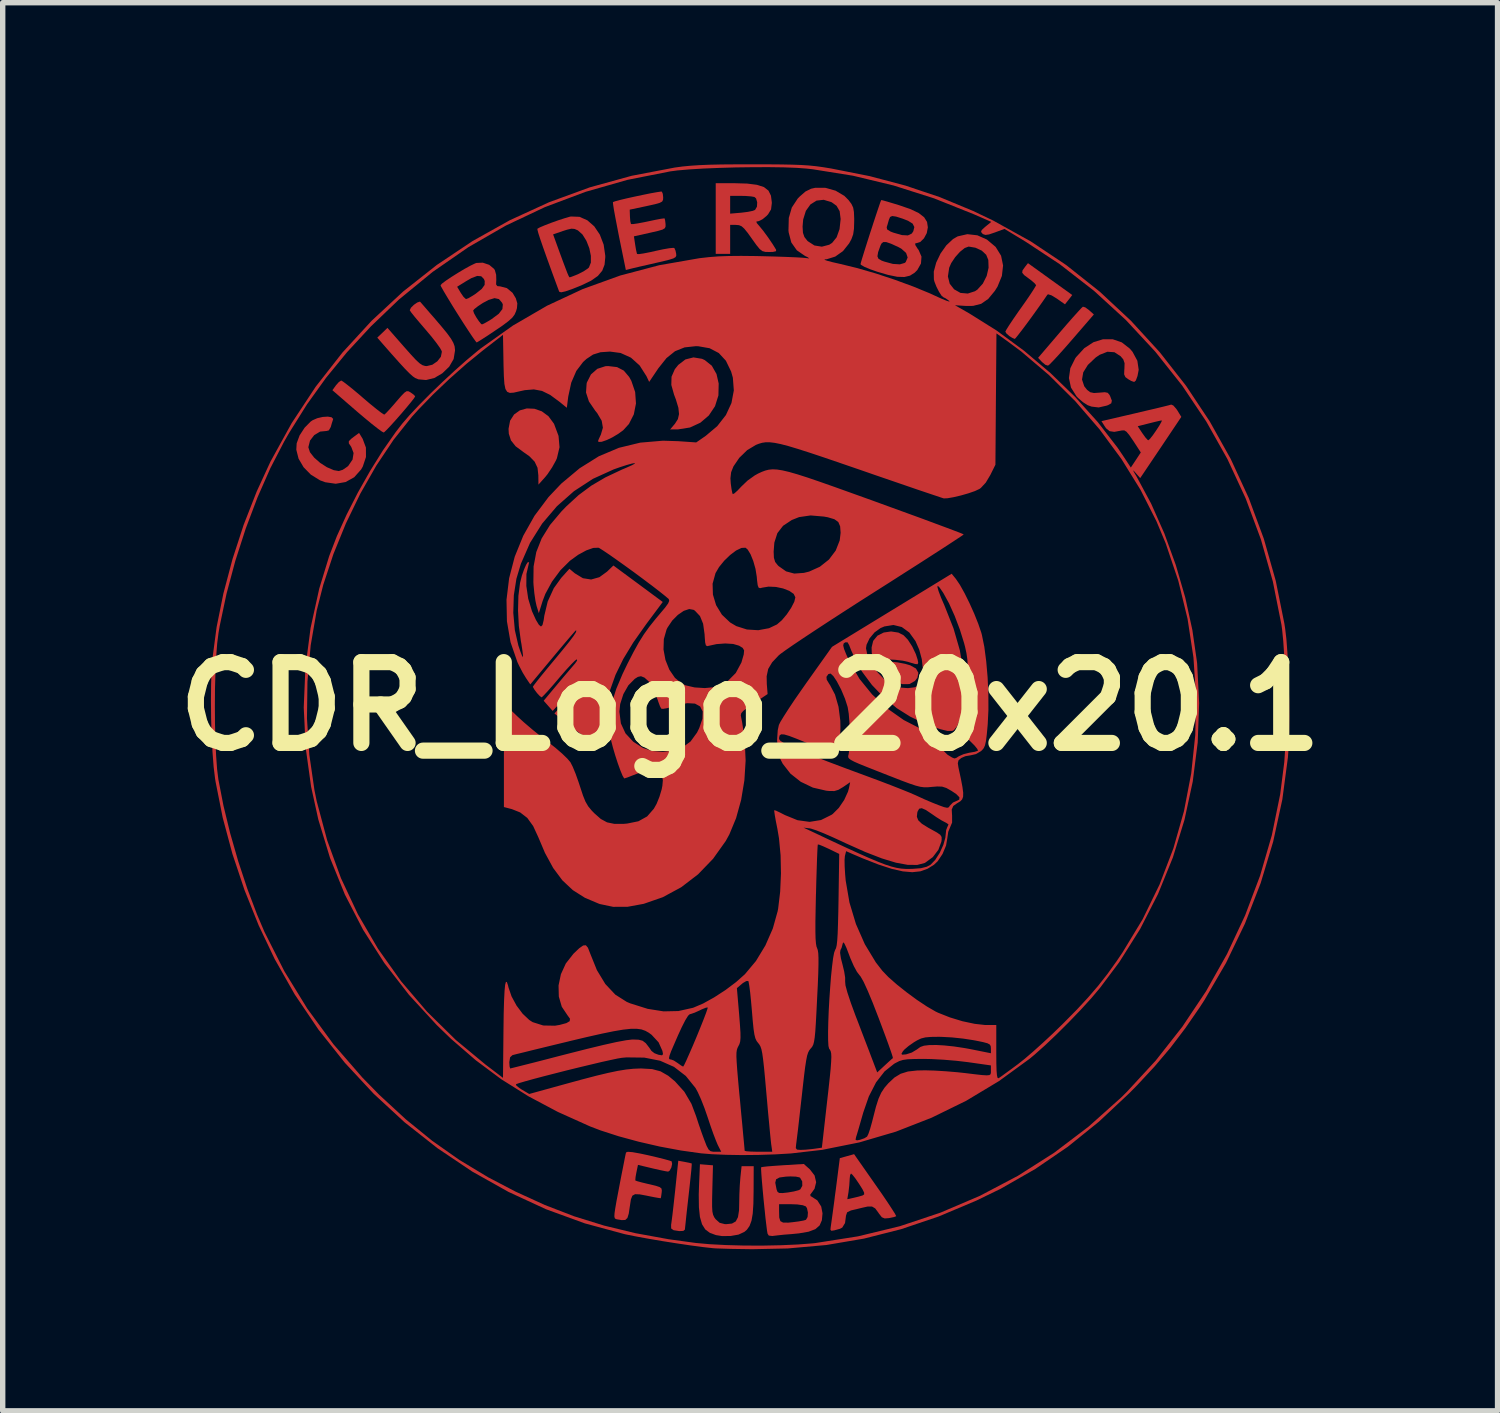
<source format=kicad_pcb>
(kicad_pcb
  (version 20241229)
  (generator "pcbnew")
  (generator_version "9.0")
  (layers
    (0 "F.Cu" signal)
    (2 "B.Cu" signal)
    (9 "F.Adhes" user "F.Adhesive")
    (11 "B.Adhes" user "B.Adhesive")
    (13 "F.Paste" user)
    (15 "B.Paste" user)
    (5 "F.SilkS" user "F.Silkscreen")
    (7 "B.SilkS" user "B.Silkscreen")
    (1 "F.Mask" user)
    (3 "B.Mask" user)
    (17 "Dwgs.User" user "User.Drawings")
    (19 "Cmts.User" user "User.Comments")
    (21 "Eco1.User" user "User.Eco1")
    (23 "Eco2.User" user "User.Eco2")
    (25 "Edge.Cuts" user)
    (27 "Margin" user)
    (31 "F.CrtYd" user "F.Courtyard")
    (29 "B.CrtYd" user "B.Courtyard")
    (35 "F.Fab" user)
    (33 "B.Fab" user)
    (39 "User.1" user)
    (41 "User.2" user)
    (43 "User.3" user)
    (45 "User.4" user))
  (footprint "CDR_Logo_20x20.1"
    (layer "F.Cu")
    (at 10.871 10.06)
    (property "Reference" "CDR_Logo_20x20.1" (at 0 0 0) (layer "F.SilkS") (effects (font (size 1.5 1.5) (thickness 0.3))))
    (attr board_only exclude_from_pos_files exclude_from_bom)
    (fp_poly (pts (xy 2.595 -0.832) (xy 2.736 -0.817) (xy 2.878 -0.79) (xy 2.973 -0.762) (xy 3.078 -0.703) (xy 3.123 -0.623) (xy 3.105 -0.532) (xy 3.059 -0.472) (xy 2.956 -0.414) (xy 2.825 -0.413) (xy 2.696 -0.458) (xy 2.609 -0.516) (xy 2.51 -0.601) (xy 2.465 -0.647) (xy 2.397 -0.726) (xy 2.371 -0.772) (xy 2.38 -0.8) (xy 2.403 -0.815) (xy 2.477 -0.832)) (stroke (width 0) (type solid)) (fill yes) (layer "F.Cu"))
    (fp_poly (pts (xy 6.221 -7.405) (xy 6.286 -7.358) (xy 6.294 -7.351) (xy 6.38 -7.274) (xy 5.974 -6.804) (xy 5.843 -6.654) (xy 5.726 -6.523) (xy 5.629 -6.419) (xy 5.561 -6.349) (xy 5.529 -6.324) (xy 5.481 -6.339) (xy 5.419 -6.39) (xy 5.417 -6.392) (xy 5.345 -6.469) (xy 5.746 -6.938) (xy 5.875 -7.088) (xy 5.99 -7.219) (xy 6.084 -7.323) (xy 6.149 -7.393) (xy 6.177 -7.418)) (stroke (width 0) (type solid)) (fill yes) (layer "F.Cu"))
    (fp_poly (pts (xy 2.752 -1.37) (xy 2.85 -1.319) (xy 2.929 -1.236) (xy 3.009 -1.112) (xy 3.076 -0.971) (xy 3.11 -0.865) (xy 3.12 -0.808) (xy 3.108 -0.783) (xy 3.06 -0.787) (xy 2.964 -0.816) (xy 2.94 -0.824) (xy 2.835 -0.848) (xy 2.695 -0.865) (xy 2.569 -0.871) (xy 2.438 -0.878) (xy 2.339 -0.894) (xy 2.291 -0.914) (xy 2.258 -0.988) (xy 2.255 -1.094) (xy 2.282 -1.207) (xy 2.288 -1.221) (xy 2.364 -1.313) (xy 2.48 -1.371) (xy 2.616 -1.391)) (stroke (width 0) (type solid)) (fill yes) (layer "F.Cu"))
    (fp_poly (pts (xy -0.893 -6.451) (xy -0.841 -6.427) (xy -0.711 -6.323) (xy -0.623 -6.168) (xy -0.583 -5.992) (xy -0.588 -5.771) (xy -0.651 -5.571) (xy -0.766 -5.399) (xy -0.923 -5.265) (xy -1.116 -5.176) (xy -1.337 -5.141) (xy -1.355 -5.141) (xy -1.484 -5.14) (xy -1.394 -5.247) (xy -1.34 -5.332) (xy -1.319 -5.425) (xy -1.331 -5.542) (xy -1.377 -5.695) (xy -1.411 -5.785) (xy -1.462 -5.966) (xy -1.458 -6.119) (xy -1.397 -6.258) (xy -1.333 -6.338) (xy -1.201 -6.439) (xy -1.051 -6.477)) (stroke (width 0) (type solid)) (fill yes) (layer "F.Cu"))
    (fp_poly (pts (xy -4.004 -5.524) (xy -3.867 -5.477) (xy -3.742 -5.385) (xy -3.642 -5.249) (xy -3.637 -5.24) (xy -3.555 -5.02) (xy -3.537 -4.81) (xy -3.585 -4.607) (xy -3.603 -4.565) (xy -3.675 -4.435) (xy -3.762 -4.306) (xy -3.808 -4.25) (xy -3.928 -4.116) (xy -3.93 -4.288) (xy -3.945 -4.428) (xy -3.998 -4.541) (xy -4.096 -4.642) (xy -4.208 -4.721) (xy -4.352 -4.828) (xy -4.438 -4.936) (xy -4.478 -5.061) (xy -4.483 -5.151) (xy -4.454 -5.303) (xy -4.38 -5.418) (xy -4.273 -5.494) (xy -4.144 -5.53)) (stroke (width 0) (type solid)) (fill yes) (layer "F.Cu"))
    (fp_poly (pts (xy -1.212 8.454) (xy -1.131 8.47) (xy -1.086 8.482) (xy -1.083 8.483) (xy -1.084 8.517) (xy -1.091 8.607) (xy -1.105 8.742) (xy -1.123 8.912) (xy -1.142 9.083) (xy -1.164 9.277) (xy -1.183 9.448) (xy -1.197 9.585) (xy -1.207 9.676) (xy -1.21 9.71) (xy -1.239 9.734) (xy -1.313 9.738) (xy -1.415 9.722) (xy -1.422 9.72) (xy -1.465 9.689) (xy -1.466 9.62) (xy -1.465 9.615) (xy -1.456 9.551) (xy -1.441 9.435) (xy -1.423 9.279) (xy -1.403 9.097) (xy -1.39 8.979) (xy -1.333 8.432)) (stroke (width 0) (type solid)) (fill yes) (layer "F.Cu"))
    (fp_poly (pts (xy -2.469 -6.297) (xy -2.344 -6.232) (xy -2.244 -6.114) (xy -2.204 -6.042) (xy -2.133 -5.834) (xy -2.118 -5.622) (xy -2.158 -5.42) (xy -2.249 -5.241) (xy -2.355 -5.125) (xy -2.452 -5.055) (xy -2.56 -4.991) (xy -2.666 -4.941) (xy -2.754 -4.911) (xy -2.81 -4.908) (xy -2.822 -4.924) (xy -2.808 -4.963) (xy -2.774 -5.035) (xy -2.769 -5.046) (xy -2.732 -5.172) (xy -2.754 -5.301) (xy -2.837 -5.442) (xy -2.873 -5.486) (xy -2.991 -5.659) (xy -3.045 -5.825) (xy -3.034 -5.991) (xy -3.029 -6.012) (xy -2.953 -6.162) (xy -2.835 -6.265) (xy -2.684 -6.314) (xy -2.633 -6.316)) (stroke (width 0) (type solid)) (fill yes) (layer "F.Cu"))
    (fp_poly (pts (xy 5.568 -7.93) (xy 5.979 -7.635) (xy 5.912 -7.548) (xy 5.844 -7.462) (xy 5.692 -7.569) (xy 5.593 -7.629) (xy 5.531 -7.648) (xy 5.517 -7.64) (xy 5.436 -7.522) (xy 5.341 -7.388) (xy 5.24 -7.247) (xy 5.14 -7.11) (xy 5.049 -6.989) (xy 4.975 -6.893) (xy 4.927 -6.834) (xy 4.912 -6.82) (xy 4.868 -6.838) (xy 4.812 -6.873) (xy 4.757 -6.921) (xy 4.737 -6.955) (xy 4.756 -6.992) (xy 4.807 -7.073) (xy 4.883 -7.187) (xy 4.978 -7.325) (xy 5.023 -7.388) (xy 5.124 -7.531) (xy 5.209 -7.656) (xy 5.271 -7.752) (xy 5.304 -7.808) (xy 5.308 -7.817) (xy 5.282 -7.851) (xy 5.218 -7.907) (xy 5.173 -7.94) (xy 5.087 -8.004) (xy 5.05 -8.049) (xy 5.056 -8.092) (xy 5.099 -8.152) (xy 5.099 -8.153) (xy 5.157 -8.226)) (stroke (width 0) (type solid)) (fill yes) (layer "F.Cu"))
    (fp_poly (pts (xy -7.553 -6.027) (xy -7.476 -5.969) (xy -7.369 -5.883) (xy -7.241 -5.776) (xy -7.185 -5.727) (xy -7.052 -5.614) (xy -6.936 -5.52) (xy -6.848 -5.452) (xy -6.796 -5.418) (xy -6.787 -5.416) (xy -6.755 -5.445) (xy -6.692 -5.512) (xy -6.608 -5.607) (xy -6.57 -5.652) (xy -6.477 -5.759) (xy -6.416 -5.822) (xy -6.374 -5.85) (xy -6.339 -5.848) (xy -6.299 -5.826) (xy -6.297 -5.824) (xy -6.238 -5.781) (xy -6.216 -5.754) (xy -6.237 -5.719) (xy -6.293 -5.647) (xy -6.374 -5.549) (xy -6.469 -5.437) (xy -6.569 -5.323) (xy -6.662 -5.22) (xy -6.739 -5.138) (xy -6.788 -5.091) (xy -6.8 -5.083) (xy -6.836 -5.102) (xy -6.914 -5.159) (xy -7.025 -5.246) (xy -7.159 -5.357) (xy -7.295 -5.472) (xy -7.752 -5.868) (xy -7.687 -5.958) (xy -7.633 -6.019) (xy -7.59 -6.047) (xy -7.588 -6.048)) (stroke (width 0) (type solid)) (fill yes) (layer "F.Cu"))
    (fp_poly (pts (xy -0.81 8.507) (xy -0.689 8.517) (xy -0.701 8.971) (xy -0.705 9.155) (xy -0.705 9.285) (xy -0.7 9.374) (xy -0.687 9.434) (xy -0.667 9.479) (xy -0.64 9.517) (xy -0.565 9.584) (xy -0.471 9.608) (xy -0.44 9.609) (xy -0.336 9.598) (xy -0.266 9.558) (xy -0.225 9.479) (xy -0.205 9.352) (xy -0.202 9.217) (xy -0.199 9.052) (xy -0.191 8.881) (xy -0.18 8.74) (xy -0.158 8.534) (xy -0.046 8.534) (xy 0.067 8.534) (xy 0.065 8.996) (xy 0.061 9.232) (xy 0.049 9.412) (xy 0.026 9.545) (xy -0.01 9.642) (xy -0.06 9.713) (xy -0.107 9.753) (xy -0.215 9.803) (xy -0.363 9.829) (xy -0.522 9.83) (xy -0.634 9.812) (xy -0.746 9.771) (xy -0.832 9.707) (xy -0.892 9.611) (xy -0.931 9.476) (xy -0.95 9.296) (xy -0.953 9.061) (xy -0.948 8.899) (xy -0.931 8.497)) (stroke (width 0) (type solid)) (fill yes) (layer "F.Cu"))
    (fp_poly (pts (xy -7.767 -5.366) (xy -7.738 -5.336) (xy -7.741 -5.322) (xy -7.765 -5.247) (xy -7.782 -5.186) (xy -7.818 -5.123) (xy -7.858 -5.112) (xy -7.98 -5.1) (xy -8.089 -5.035) (xy -8.167 -4.934) (xy -8.198 -4.812) (xy -8.198 -4.809) (xy -8.169 -4.718) (xy -8.091 -4.618) (xy -7.981 -4.521) (xy -7.854 -4.439) (xy -7.726 -4.384) (xy -7.633 -4.368) (xy -7.56 -4.391) (xy -7.476 -4.448) (xy -7.456 -4.466) (xy -7.378 -4.581) (xy -7.359 -4.702) (xy -7.402 -4.816) (xy -7.407 -4.823) (xy -7.447 -4.882) (xy -7.447 -4.922) (xy -7.402 -4.967) (xy -7.358 -5.001) (xy -7.257 -5.075) (xy -7.19 -4.965) (xy -7.13 -4.804) (xy -7.129 -4.628) (xy -7.188 -4.451) (xy -7.219 -4.397) (xy -7.347 -4.253) (xy -7.507 -4.164) (xy -7.69 -4.132) (xy -7.885 -4.16) (xy -7.982 -4.196) (xy -8.152 -4.301) (xy -8.287 -4.439) (xy -8.38 -4.598) (xy -8.422 -4.764) (xy -8.415 -4.883) (xy -8.361 -5.029) (xy -8.268 -5.172) (xy -8.156 -5.286) (xy -8.121 -5.31) (xy -8.032 -5.349) (xy -7.931 -5.372) (xy -7.837 -5.378)) (stroke (width 0) (type solid)) (fill yes) (layer "F.Cu"))
    (fp_poly (pts (xy 6.729 -6.814) (xy 6.898 -6.756) (xy 7.048 -6.639) (xy 7.098 -6.58) (xy 7.187 -6.415) (xy 7.212 -6.247) (xy 7.19 -6.132) (xy 7.159 -6.048) (xy 7.128 -6.021) (xy 7.074 -6.04) (xy 7.023 -6.069) (xy 6.965 -6.111) (xy 6.942 -6.162) (xy 6.945 -6.248) (xy 6.947 -6.268) (xy 6.95 -6.37) (xy 6.926 -6.44) (xy 6.876 -6.499) (xy 6.762 -6.573) (xy 6.632 -6.582) (xy 6.489 -6.526) (xy 6.415 -6.476) (xy 6.269 -6.338) (xy 6.183 -6.2) (xy 6.16 -6.066) (xy 6.201 -5.942) (xy 6.254 -5.875) (xy 6.312 -5.831) (xy 6.382 -5.816) (xy 6.484 -5.823) (xy 6.583 -5.831) (xy 6.637 -5.82) (xy 6.669 -5.783) (xy 6.682 -5.758) (xy 6.714 -5.674) (xy 6.703 -5.625) (xy 6.643 -5.591) (xy 6.614 -5.581) (xy 6.469 -5.548) (xy 6.337 -5.564) (xy 6.265 -5.59) (xy 6.18 -5.644) (xy 6.087 -5.724) (xy 6.057 -5.756) (xy 5.955 -5.918) (xy 5.917 -6.094) (xy 5.943 -6.276) (xy 6.034 -6.459) (xy 6.05 -6.482) (xy 6.202 -6.648) (xy 6.372 -6.759) (xy 6.55 -6.814)) (stroke (width 0) (type solid)) (fill yes) (layer "F.Cu"))
    (fp_poly (pts (xy -6.121 -7.507) (xy -6.088 -7.469) (xy -6.023 -7.394) (xy -5.935 -7.292) (xy -5.875 -7.224) (xy -5.73 -7.054) (xy -5.624 -6.925) (xy -5.552 -6.826) (xy -5.508 -6.749) (xy -5.484 -6.684) (xy -5.477 -6.621) (xy -5.476 -6.606) (xy -5.502 -6.447) (xy -5.584 -6.305) (xy -5.713 -6.181) (xy -5.86 -6.095) (xy -6.014 -6.057) (xy -6.157 -6.07) (xy -6.217 -6.095) (xy -6.261 -6.126) (xy -6.322 -6.181) (xy -6.405 -6.265) (xy -6.514 -6.384) (xy -6.657 -6.544) (xy -6.814 -6.723) (xy -6.919 -6.844) (xy -6.824 -6.934) (xy -6.73 -7.025) (xy -6.42 -6.671) (xy -6.293 -6.528) (xy -6.201 -6.429) (xy -6.132 -6.366) (xy -6.079 -6.332) (xy -6.031 -6.318) (xy -6.001 -6.316) (xy -5.897 -6.341) (xy -5.804 -6.405) (xy -5.739 -6.489) (xy -5.721 -6.579) (xy -5.723 -6.594) (xy -5.753 -6.649) (xy -5.818 -6.741) (xy -5.91 -6.859) (xy -6.019 -6.988) (xy -6.03 -7.001) (xy -6.137 -7.126) (xy -6.226 -7.232) (xy -6.289 -7.311) (xy -6.316 -7.352) (xy -6.316 -7.354) (xy -6.294 -7.399) (xy -6.241 -7.452) (xy -6.179 -7.495) (xy -6.131 -7.512)) (stroke (width 0) (type solid)) (fill yes) (layer "F.Cu"))
    (fp_poly (pts (xy -3.167 -9.086) (xy -3.021 -9.022) (xy -2.892 -8.909) (xy -2.789 -8.756) (xy -2.718 -8.571) (xy -2.688 -8.365) (xy -2.688 -8.333) (xy -2.701 -8.198) (xy -2.744 -8.086) (xy -2.825 -7.989) (xy -2.951 -7.901) (xy -3.131 -7.814) (xy -3.302 -7.746) (xy -3.429 -7.702) (xy -3.506 -7.685) (xy -3.541 -7.695) (xy -3.545 -7.702) (xy -3.667 -8.033) (xy -3.765 -8.303) (xy -3.841 -8.517) (xy -3.896 -8.677) (xy -3.923 -8.76) (xy -3.656 -8.76) (xy -3.545 -8.454) (xy -3.476 -8.266) (xy -3.426 -8.133) (xy -3.392 -8.044) (xy -3.37 -7.993) (xy -3.356 -7.968) (xy -3.347 -7.963) (xy -3.31 -7.975) (xy -3.233 -8.005) (xy -3.186 -8.025) (xy -3.087 -8.076) (xy -3.01 -8.128) (xy -2.991 -8.146) (xy -2.955 -8.237) (xy -2.955 -8.362) (xy -2.984 -8.503) (xy -3.038 -8.641) (xy -3.111 -8.758) (xy -3.197 -8.835) (xy -3.198 -8.835) (xy -3.257 -8.861) (xy -3.316 -8.866) (xy -3.397 -8.847) (xy -3.473 -8.823) (xy -3.656 -8.76) (xy -3.923 -8.76) (xy -3.931 -8.786) (xy -3.947 -8.848) (xy -3.947 -8.865) (xy -3.902 -8.89) (xy -3.81 -8.929) (xy -3.691 -8.975) (xy -3.562 -9.021) (xy -3.442 -9.06) (xy -3.35 -9.087) (xy -3.324 -9.092)) (stroke (width 0) (type solid)) (fill yes) (layer "F.Cu"))
    (fp_poly (pts (xy -0.294 -9.71) (xy -0.054 -9.703) (xy 0.127 -9.68) (xy 0.257 -9.638) (xy 0.341 -9.572) (xy 0.387 -9.479) (xy 0.403 -9.355) (xy 0.403 -9.339) (xy 0.389 -9.224) (xy 0.334 -9.133) (xy 0.305 -9.102) (xy 0.229 -9.04) (xy 0.161 -9.006) (xy 0.147 -9.004) (xy 0.115 -8.997) (xy 0.126 -8.968) (xy 0.174 -8.912) (xy 0.245 -8.825) (xy 0.334 -8.704) (xy 0.422 -8.574) (xy 0.483 -8.475) (xy 0.481 -8.448) (xy 0.426 -8.435) (xy 0.358 -8.433) (xy 0.282 -8.435) (xy 0.227 -8.45) (xy 0.178 -8.488) (xy 0.118 -8.561) (xy 0.047 -8.66) (xy -0.043 -8.786) (xy -0.108 -8.866) (xy -0.158 -8.911) (xy -0.206 -8.931) (xy -0.263 -8.936) (xy -0.277 -8.937) (xy -0.37 -8.937) (xy -0.37 -8.668) (xy -0.37 -8.399) (xy -0.504 -8.399) (xy -0.638 -8.399) (xy -0.638 -9.055) (xy -0.638 -9.31) (xy -0.37 -9.31) (xy -0.37 -9.145) (xy -0.16 -9.163) (xy -0.042 -9.178) (xy 0.05 -9.197) (xy 0.092 -9.214) (xy 0.127 -9.274) (xy 0.132 -9.355) (xy 0.111 -9.427) (xy 0.081 -9.454) (xy 0.02 -9.465) (xy -0.083 -9.473) (xy -0.171 -9.475) (xy -0.37 -9.475) (xy -0.37 -9.31) (xy -0.638 -9.31) (xy -0.638 -9.71)) (stroke (width 0) (type solid)) (fill yes) (layer "F.Cu"))
    (fp_poly (pts (xy -2.182 8.273) (xy -2.037 8.299) (xy -1.883 8.332) (xy -1.726 8.369) (xy -1.594 8.402) (xy -1.5 8.428) (xy -1.457 8.443) (xy -1.456 8.444) (xy -1.447 8.491) (xy -1.462 8.559) (xy -1.494 8.617) (xy -1.521 8.634) (xy -1.572 8.626) (xy -1.669 8.606) (xy -1.793 8.578) (xy -1.822 8.571) (xy -2.081 8.509) (xy -2.11 8.648) (xy -2.126 8.736) (xy -2.13 8.791) (xy -2.129 8.799) (xy -2.094 8.812) (xy -2.01 8.835) (xy -1.894 8.863) (xy -1.874 8.867) (xy -1.75 8.897) (xy -1.678 8.921) (xy -1.645 8.947) (xy -1.638 8.986) (xy -1.641 9.022) (xy -1.651 9.095) (xy -1.658 9.128) (xy -1.691 9.124) (xy -1.773 9.11) (xy -1.888 9.087) (xy -1.911 9.082) (xy -2.049 9.056) (xy -2.135 9.053) (xy -2.185 9.081) (xy -2.212 9.149) (xy -2.23 9.267) (xy -2.232 9.278) (xy -2.252 9.414) (xy -2.277 9.494) (xy -2.316 9.531) (xy -2.382 9.534) (xy -2.472 9.519) (xy -2.496 9.512) (xy -2.512 9.497) (xy -2.519 9.465) (xy -2.516 9.407) (xy -2.502 9.312) (xy -2.478 9.173) (xy -2.441 8.98) (xy -2.428 8.91) (xy -2.391 8.717) (xy -2.357 8.546) (xy -2.33 8.408) (xy -2.311 8.314) (xy -2.302 8.278) (xy -2.269 8.266)) (stroke (width 0) (type solid)) (fill yes) (layer "F.Cu"))
    (fp_poly (pts (xy 2.328 8.879) (xy 2.447 9.049) (xy 2.55 9.201) (xy 2.632 9.326) (xy 2.688 9.414) (xy 2.711 9.459) (xy 2.711 9.462) (xy 2.671 9.477) (xy 2.592 9.494) (xy 2.577 9.497) (xy 2.498 9.503) (xy 2.445 9.481) (xy 2.393 9.415) (xy 2.38 9.395) (xy 2.322 9.317) (xy 2.263 9.282) (xy 2.182 9.282) (xy 2.083 9.304) (xy 1.973 9.331) (xy 1.874 9.354) (xy 1.873 9.354) (xy 1.801 9.389) (xy 1.78 9.45) (xy 1.762 9.588) (xy 1.71 9.673) (xy 1.668 9.695) (xy 1.563 9.724) (xy 1.509 9.732) (xy 1.491 9.713) (xy 1.496 9.662) (xy 1.5 9.636) (xy 1.51 9.566) (xy 1.527 9.443) (xy 1.549 9.281) (xy 1.567 9.146) (xy 1.804 9.146) (xy 1.918 9.121) (xy 2.014 9.098) (xy 2.089 9.076) (xy 2.09 9.075) (xy 2.117 9.057) (xy 2.116 9.023) (xy 2.085 8.96) (xy 2.023 8.862) (xy 1.957 8.765) (xy 1.903 8.696) (xy 1.873 8.669) (xy 1.873 8.669) (xy 1.856 8.698) (xy 1.848 8.769) (xy 1.848 8.777) (xy 1.841 8.888) (xy 1.827 9.008) (xy 1.826 9.016) (xy 1.804 9.146) (xy 1.567 9.146) (xy 1.573 9.094) (xy 1.592 8.955) (xy 1.665 8.384) (xy 1.798 8.347) (xy 1.93 8.31)) (stroke (width 0) (type solid)) (fill yes) (layer "F.Cu"))
    (fp_poly (pts (xy -1.62 -9.512) (xy -1.613 -9.444) (xy -1.616 -9.4) (xy -1.633 -9.369) (xy -1.678 -9.345) (xy -1.761 -9.321) (xy -1.896 -9.291) (xy -1.923 -9.285) (xy -2.234 -9.219) (xy -2.23 -9.093) (xy -2.224 -9.008) (xy -2.212 -8.956) (xy -2.21 -8.952) (xy -2.172 -8.951) (xy -2.084 -8.964) (xy -1.962 -8.987) (xy -1.895 -9.001) (xy -1.763 -9.029) (xy -1.659 -9.049) (xy -1.597 -9.057) (xy -1.587 -9.057) (xy -1.577 -9.019) (xy -1.569 -8.951) (xy -1.569 -8.905) (xy -1.583 -8.874) (xy -1.625 -8.849) (xy -1.707 -8.825) (xy -1.841 -8.794) (xy -1.859 -8.79) (xy -2.156 -8.724) (xy -2.133 -8.57) (xy -2.117 -8.474) (xy -2.102 -8.409) (xy -2.097 -8.396) (xy -2.062 -8.394) (xy -1.975 -8.407) (xy -1.852 -8.431) (xy -1.756 -8.453) (xy -1.616 -8.483) (xy -1.501 -8.503) (xy -1.426 -8.51) (xy -1.406 -8.507) (xy -1.384 -8.458) (xy -1.372 -8.401) (xy -1.37 -8.365) (xy -1.384 -8.338) (xy -1.424 -8.314) (xy -1.5 -8.29) (xy -1.624 -8.259) (xy -1.747 -8.231) (xy -1.908 -8.194) (xy -2.053 -8.161) (xy -2.163 -8.135) (xy -2.22 -8.121) (xy -2.306 -8.099) (xy -2.433 -8.722) (xy -2.471 -8.918) (xy -2.504 -9.09) (xy -2.529 -9.227) (xy -2.543 -9.321) (xy -2.546 -9.359) (xy -2.546 -9.359) (xy -2.506 -9.374) (xy -2.417 -9.398) (xy -2.292 -9.428) (xy -2.147 -9.46) (xy -1.996 -9.492) (xy -1.855 -9.521) (xy -1.738 -9.542) (xy -1.661 -9.554) (xy -1.638 -9.554)) (stroke (width 0) (type solid)) (fill yes) (layer "F.Cu"))
    (fp_poly (pts (xy 1.11 8.593) (xy 1.197 8.706) (xy 1.226 8.831) (xy 1.196 8.952) (xy 1.157 9.007) (xy 1.116 9.062) (xy 1.123 9.09) (xy 1.14 9.098) (xy 1.248 9.168) (xy 1.32 9.282) (xy 1.344 9.408) (xy 1.332 9.537) (xy 1.29 9.633) (xy 1.211 9.702) (xy 1.086 9.749) (xy 0.907 9.78) (xy 0.773 9.793) (xy 0.632 9.804) (xy 0.51 9.817) (xy 0.427 9.827) (xy 0.414 9.829) (xy 0.347 9.821) (xy 0.324 9.785) (xy 0.314 9.729) (xy 0.301 9.624) (xy 0.284 9.482) (xy 0.273 9.371) (xy 0.538 9.371) (xy 0.541 9.487) (xy 0.562 9.553) (xy 0.613 9.58) (xy 0.709 9.581) (xy 0.786 9.573) (xy 0.903 9.558) (xy 0.995 9.541) (xy 1.037 9.528) (xy 1.067 9.476) (xy 1.073 9.393) (xy 1.056 9.313) (xy 1.035 9.28) (xy 0.979 9.258) (xy 0.875 9.243) (xy 0.766 9.239) (xy 0.538 9.239) (xy 0.538 9.371) (xy 0.273 9.371) (xy 0.267 9.317) (xy 0.249 9.14) (xy 0.233 8.967) (xy 0.222 8.84) (xy 0.467 8.84) (xy 0.488 8.948) (xy 0.492 8.966) (xy 0.509 9.01) (xy 0.54 9.03) (xy 0.604 9.032) (xy 0.702 9.021) (xy 0.813 9.002) (xy 0.9 8.979) (xy 0.932 8.963) (xy 0.969 8.897) (xy 0.967 8.815) (xy 0.929 8.75) (xy 0.916 8.741) (xy 0.851 8.727) (xy 0.746 8.723) (xy 0.664 8.727) (xy 0.545 8.743) (xy 0.483 8.776) (xy 0.467 8.84) (xy 0.222 8.84) (xy 0.219 8.808) (xy 0.209 8.678) (xy 0.204 8.588) (xy 0.205 8.553) (xy 0.242 8.546) (xy 0.332 8.536) (xy 0.462 8.526) (xy 0.608 8.516) (xy 0.997 8.492)) (stroke (width 0) (type solid)) (fill yes) (layer "F.Cu"))
    (fp_poly (pts (xy 2.465 -9.391) (xy 2.547 -9.368) (xy 2.666 -9.332) (xy 2.768 -9.301) (xy 2.979 -9.228) (xy 3.131 -9.155) (xy 3.23 -9.078) (xy 3.284 -8.991) (xy 3.299 -8.891) (xy 3.279 -8.784) (xy 3.227 -8.687) (xy 3.158 -8.619) (xy 3.102 -8.601) (xy 3.065 -8.593) (xy 3.066 -8.563) (xy 3.108 -8.496) (xy 3.129 -8.468) (xy 3.181 -8.347) (xy 3.171 -8.219) (xy 3.103 -8.098) (xy 3.054 -8.049) (xy 2.967 -7.994) (xy 2.863 -7.969) (xy 2.731 -7.973) (xy 2.561 -8.008) (xy 2.36 -8.067) (xy 2.228 -8.113) (xy 2.123 -8.157) (xy 2.061 -8.193) (xy 2.049 -8.207) (xy 2.059 -8.247) (xy 2.086 -8.337) (xy 2.091 -8.353) (xy 2.363 -8.353) (xy 2.383 -8.307) (xy 2.442 -8.273) (xy 2.492 -8.255) (xy 2.65 -8.212) (xy 2.78 -8.204) (xy 2.869 -8.23) (xy 2.888 -8.246) (xy 2.924 -8.331) (xy 2.895 -8.416) (xy 2.806 -8.495) (xy 2.755 -8.523) (xy 2.618 -8.586) (xy 2.528 -8.617) (xy 2.472 -8.618) (xy 2.438 -8.59) (xy 2.419 -8.551) (xy 2.376 -8.43) (xy 2.363 -8.353) (xy 2.091 -8.353) (xy 2.126 -8.466) (xy 2.175 -8.621) (xy 2.229 -8.79) (xy 2.263 -8.893) (xy 2.535 -8.893) (xy 2.543 -8.852) (xy 2.608 -8.812) (xy 2.66 -8.792) (xy 2.818 -8.747) (xy 2.929 -8.741) (xy 3.001 -8.776) (xy 3.029 -8.818) (xy 3.048 -8.896) (xy 3.017 -8.959) (xy 2.931 -9.013) (xy 2.831 -9.052) (xy 2.711 -9.09) (xy 2.638 -9.101) (xy 2.598 -9.083) (xy 2.577 -9.034) (xy 2.574 -9.024) (xy 2.55 -8.94) (xy 2.535 -8.893) (xy 2.263 -8.893) (xy 2.284 -8.959) (xy 2.336 -9.117) (xy 2.381 -9.251) (xy 2.414 -9.348) (xy 2.432 -9.395) (xy 2.433 -9.397)) (stroke (width 0) (type solid)) (fill yes) (layer "F.Cu"))
    (fp_poly (pts (xy -4.842 -8.195) (xy -4.752 -8.12) (xy -4.737 -8.096) (xy -4.713 -8.011) (xy -4.71 -7.909) (xy -4.711 -7.908) (xy -4.714 -7.831) (xy -4.691 -7.8) (xy -4.637 -7.795) (xy -4.514 -7.763) (xy -4.409 -7.676) (xy -4.348 -7.574) (xy -4.32 -7.48) (xy -4.327 -7.391) (xy -4.343 -7.335) (xy -4.37 -7.273) (xy -4.413 -7.215) (xy -4.485 -7.15) (xy -4.594 -7.068) (xy -4.721 -6.982) (xy -4.852 -6.894) (xy -4.963 -6.822) (xy -5.041 -6.773) (xy -5.075 -6.754) (xy -5.075 -6.754) (xy -5.098 -6.781) (xy -5.151 -6.856) (xy -5.227 -6.97) (xy -5.321 -7.114) (xy -5.42 -7.27) (xy -5.468 -7.346) (xy -5.14 -7.346) (xy -5.124 -7.297) (xy -5.084 -7.224) (xy -5.035 -7.151) (xy -4.993 -7.099) (xy -4.976 -7.089) (xy -4.937 -7.106) (xy -4.86 -7.149) (xy -4.797 -7.188) (xy -4.665 -7.286) (xy -4.597 -7.374) (xy -4.589 -7.458) (xy -4.602 -7.49) (xy -4.661 -7.559) (xy -4.743 -7.577) (xy -4.855 -7.543) (xy -4.958 -7.488) (xy -5.052 -7.426) (xy -5.118 -7.374) (xy -5.14 -7.346) (xy -5.468 -7.346) (xy -5.524 -7.436) (xy -5.614 -7.584) (xy -5.685 -7.703) (xy -5.73 -7.783) (xy -5.733 -7.788) (xy -5.437 -7.788) (xy -5.369 -7.674) (xy -5.319 -7.601) (xy -5.277 -7.562) (xy -5.269 -7.56) (xy -5.225 -7.577) (xy -5.147 -7.623) (xy -5.092 -7.659) (xy -4.981 -7.747) (xy -4.927 -7.822) (xy -4.925 -7.894) (xy -4.94 -7.932) (xy -4.99 -7.983) (xy -5.065 -7.989) (xy -5.173 -7.948) (xy -5.27 -7.892) (xy -5.437 -7.788) (xy -5.733 -7.788) (xy -5.745 -7.816) (xy -5.718 -7.847) (xy -5.646 -7.901) (xy -5.543 -7.97) (xy -5.424 -8.045) (xy -5.302 -8.118) (xy -5.191 -8.179) (xy -5.106 -8.22) (xy -5.08 -8.23) (xy -4.961 -8.235)) (stroke (width 0) (type solid)) (fill yes) (layer "F.Cu"))
    (fp_poly (pts (xy 0.336 -10.06) (xy 0.582 -10.058) (xy 0.782 -10.054) (xy 0.948 -10.048) (xy 1.089 -10.039) (xy 1.218 -10.026) (xy 1.344 -10.009) (xy 1.479 -9.987) (xy 1.509 -9.982) (xy 2.22 -9.841) (xy 2.885 -9.665) (xy 3.519 -9.452) (xy 4.138 -9.195) (xy 4.515 -9.015) (xy 5.21 -8.629) (xy 5.869 -8.189) (xy 6.489 -7.697) (xy 7.067 -7.158) (xy 7.602 -6.574) (xy 8.091 -5.95) (xy 8.531 -5.288) (xy 8.92 -4.592) (xy 9.255 -3.866) (xy 9.534 -3.112) (xy 9.755 -2.334) (xy 9.916 -1.536) (xy 9.931 -1.438) (xy 9.953 -1.251) (xy 9.971 -1.011) (xy 9.986 -0.733) (xy 9.997 -0.43) (xy 10.004 -0.118) (xy 10.006 0.189) (xy 10.003 0.477) (xy 9.996 0.732) (xy 9.982 0.939) (xy 9.982 0.941) (xy 9.878 1.727) (xy 9.708 2.509) (xy 9.476 3.279) (xy 9.184 4.031) (xy 8.834 4.759) (xy 8.429 5.455) (xy 8.344 5.586) (xy 8.076 5.974) (xy 7.804 6.332) (xy 7.511 6.678) (xy 7.183 7.031) (xy 7.04 7.176) (xy 6.476 7.705) (xy 5.896 8.173) (xy 5.291 8.586) (xy 4.651 8.952) (xy 4.199 9.172) (xy 3.496 9.468) (xy 2.804 9.702) (xy 2.115 9.877) (xy 1.416 9.996) (xy 0.698 10.06) (xy 0.043 10.074) (xy -0.161 10.071) (xy -0.351 10.068) (xy -0.514 10.063) (xy -0.634 10.059) (xy -0.689 10.055) (xy -0.868 10.035) (xy -1.095 10.005) (xy -1.352 9.967) (xy -1.619 9.925) (xy -1.879 9.881) (xy -2.113 9.838) (xy -2.303 9.8) (xy -2.334 9.793) (xy -3.069 9.594) (xy -3.788 9.332) (xy -4.485 9.01) (xy -5.158 8.632) (xy -5.801 8.2) (xy -6.413 7.718) (xy -6.987 7.188) (xy -7.521 6.614) (xy -8.01 5.999) (xy -8.451 5.346) (xy -8.822 4.691) (xy -9.119 4.067) (xy -9.383 3.409) (xy -9.608 2.736) (xy -9.788 2.064) (xy -9.918 1.41) (xy -9.929 1.344) (xy -9.956 1.123) (xy -9.977 0.851) (xy -9.993 0.546) (xy -10.003 0.222) (xy -10.005 -0.006) (xy -9.933 -0.006) (xy -9.931 0.319) (xy -9.923 0.631) (xy -9.91 0.917) (xy -9.892 1.164) (xy -9.868 1.357) (xy -9.867 1.361) (xy -9.774 1.841) (xy -9.65 2.351) (xy -9.5 2.873) (xy -9.331 3.384) (xy -9.15 3.863) (xy -9.012 4.187) (xy -8.643 4.916) (xy -8.217 5.61) (xy -7.735 6.267) (xy -7.196 6.888) (xy -6.883 7.208) (xy -6.391 7.662) (xy -5.9 8.062) (xy -5.394 8.418) (xy -4.858 8.741) (xy -4.351 9.006) (xy -3.808 9.254) (xy -3.266 9.463) (xy -2.712 9.635) (xy -2.131 9.776) (xy -1.511 9.889) (xy -1.008 9.958) (xy -0.751 9.981) (xy -0.446 9.997) (xy -0.111 10.006) (xy 0.236 10.007) (xy 0.576 10) (xy 0.891 9.986) (xy 1.164 9.965) (xy 1.21 9.96) (xy 2.003 9.835) (xy 2.779 9.647) (xy 3.534 9.395) (xy 4.265 9.083) (xy 4.97 8.712) (xy 5.644 8.283) (xy 6.283 7.798) (xy 6.886 7.259) (xy 6.989 7.157) (xy 7.528 6.573) (xy 8.02 5.947) (xy 8.462 5.286) (xy 8.852 4.594) (xy 9.187 3.878) (xy 9.465 3.141) (xy 9.683 2.39) (xy 9.838 1.63) (xy 9.914 1.033) (xy 9.928 0.824) (xy 9.937 0.568) (xy 9.941 0.278) (xy 9.94 -0.032) (xy 9.934 -0.35) (xy 9.925 -0.661) (xy 9.912 -0.952) (xy 9.895 -1.21) (xy 9.874 -1.421) (xy 9.862 -1.512) (xy 9.702 -2.316) (xy 9.48 -3.099) (xy 9.198 -3.858) (xy 8.859 -4.589) (xy 8.465 -5.289) (xy 8.018 -5.955) (xy 7.52 -6.583) (xy 6.974 -7.171) (xy 6.382 -7.713) (xy 5.745 -8.208) (xy 5.117 -8.622) (xy 4.721 -8.862) (xy 4.543 -8.796) (xy 4.434 -8.759) (xy 4.367 -8.75) (xy 4.322 -8.765) (xy 4.313 -8.773) (xy 4.286 -8.806) (xy 4.299 -8.841) (xy 4.359 -8.897) (xy 4.368 -8.904) (xy 4.476 -8.992) (xy 4.154 -9.133) (xy 3.413 -9.429) (xy 2.661 -9.668) (xy 1.909 -9.849) (xy 1.165 -9.968) (xy 1.051 -9.981) (xy 0.864 -9.995) (xy 0.625 -10.004) (xy 0.349 -10.008) (xy 0.048 -10.007) (xy -0.263 -10.003) (xy -0.572 -9.994) (xy -0.865 -9.982) (xy -1.127 -9.966) (xy -1.347 -9.947) (xy -1.478 -9.93) (xy -2.276 -9.772) (xy -3.053 -9.55) (xy -3.806 -9.267) (xy -4.532 -8.924) (xy -5.228 -8.523) (xy -5.891 -8.064) (xy -6.517 -7.551) (xy -7.039 -7.051) (xy -7.48 -6.574) (xy -7.87 -6.098) (xy -8.224 -5.605) (xy -8.555 -5.076) (xy -8.647 -4.916) (xy -8.902 -4.424) (xy -9.141 -3.881) (xy -9.36 -3.302) (xy -9.554 -2.7) (xy -9.717 -2.091) (xy -9.844 -1.491) (xy -9.866 -1.361) (xy -9.89 -1.17) (xy -9.909 -0.927) (xy -9.922 -0.642) (xy -9.931 -0.331) (xy -9.933 -0.006) (xy -10.005 -0.006) (xy -10.006 -0.103) (xy -10.003 -0.413) (xy -9.993 -0.691) (xy -9.98 -0.875) (xy -9.901 -1.472) (xy -9.775 -2.096) (xy -9.606 -2.734) (xy -9.399 -3.37) (xy -9.157 -3.988) (xy -8.902 -4.542) (xy -8.508 -5.257) (xy -8.062 -5.933) (xy -7.566 -6.567) (xy -7.025 -7.156) (xy -6.44 -7.699) (xy -5.815 -8.192) (xy -5.153 -8.635) (xy -4.457 -9.024) (xy -3.73 -9.357) (xy -2.975 -9.633) (xy -2.196 -9.848) (xy -1.395 -10.001) (xy -1.394 -10.001) (xy -1.254 -10.02) (xy -1.107 -10.034) (xy -0.943 -10.045) (xy -0.752 -10.053) (xy -0.524 -10.058) (xy -0.247 -10.06) (xy 0.034 -10.06)) (stroke (width 0) (type solid)) (fill yes) (layer "F.Cu"))
    (fp_poly (pts (xy 1.4 -9.624) (xy 1.587 -9.571) (xy 1.749 -9.475) (xy 1.828 -9.396) (xy 1.882 -9.323) (xy 1.913 -9.257) (xy 1.927 -9.176) (xy 1.932 -9.055) (xy 1.932 -9.009) (xy 1.928 -8.865) (xy 1.913 -8.761) (xy 1.881 -8.672) (xy 1.838 -8.593) (xy 1.724 -8.45) (xy 1.58 -8.348) (xy 1.423 -8.299) (xy 1.387 -8.296) (xy 1.381 -8.288) (xy 1.431 -8.27) (xy 1.53 -8.244) (xy 1.667 -8.213) (xy 1.68 -8.21) (xy 1.991 -8.134) (xy 2.335 -8.034) (xy 2.689 -7.917) (xy 3.029 -7.792) (xy 3.333 -7.667) (xy 3.413 -7.63) (xy 3.545 -7.57) (xy 3.642 -7.53) (xy 3.696 -7.513) (xy 3.7 -7.522) (xy 3.696 -7.525) (xy 3.631 -7.572) (xy 3.59 -7.592) (xy 3.589 -7.592) (xy 3.554 -7.621) (xy 3.507 -7.693) (xy 3.459 -7.787) (xy 3.422 -7.881) (xy 3.411 -7.922) (xy 3.41 -7.979) (xy 3.671 -7.979) (xy 3.705 -7.844) (xy 3.786 -7.741) (xy 3.904 -7.674) (xy 4.04 -7.662) (xy 4.173 -7.705) (xy 4.216 -7.733) (xy 4.319 -7.846) (xy 4.391 -7.989) (xy 4.426 -8.142) (xy 4.421 -8.285) (xy 4.382 -8.381) (xy 4.3 -8.458) (xy 4.181 -8.513) (xy 4.056 -8.534) (xy 3.983 -8.507) (xy 3.894 -8.436) (xy 3.806 -8.337) (xy 3.733 -8.228) (xy 3.695 -8.141) (xy 3.671 -7.979) (xy 3.41 -7.979) (xy 3.409 -8.07) (xy 3.454 -8.237) (xy 3.535 -8.406) (xy 3.642 -8.557) (xy 3.767 -8.674) (xy 3.852 -8.723) (xy 4.032 -8.764) (xy 4.218 -8.743) (xy 4.395 -8.664) (xy 4.553 -8.531) (xy 4.56 -8.523) (xy 4.658 -8.364) (xy 4.695 -8.183) (xy 4.673 -7.989) (xy 4.592 -7.791) (xy 4.542 -7.711) (xy 4.419 -7.562) (xy 4.289 -7.472) (xy 4.138 -7.433) (xy 4.009 -7.432) (xy 3.802 -7.445) (xy 4.06 -7.298) (xy 4.576 -6.975) (xy 5.085 -6.6) (xy 5.575 -6.186) (xy 6.035 -5.74) (xy 6.454 -5.275) (xy 6.821 -4.8) (xy 6.938 -4.627) (xy 7.066 -4.433) (xy 7.159 -4.573) (xy 7.251 -4.713) (xy 7.112 -4.927) (xy 7.037 -5.036) (xy 6.985 -5.098) (xy 6.943 -5.123) (xy 6.898 -5.121) (xy 6.888 -5.119) (xy 6.759 -5.095) (xy 6.672 -5.108) (xy 6.606 -5.162) (xy 6.586 -5.192) (xy 6.58 -5.2) (xy 7.194 -5.2) (xy 7.28 -5.07) (xy 7.336 -4.992) (xy 7.379 -4.945) (xy 7.391 -4.939) (xy 7.421 -4.965) (xy 7.475 -5.033) (xy 7.538 -5.124) (xy 7.598 -5.217) (xy 7.635 -5.283) (xy 7.642 -5.308) (xy 7.642 -5.308) (xy 7.603 -5.301) (xy 7.517 -5.281) (xy 7.409 -5.254) (xy 7.194 -5.2) (xy 6.58 -5.2) (xy 6.521 -5.294) (xy 7.149 -5.44) (xy 7.347 -5.487) (xy 7.524 -5.528) (xy 7.668 -5.563) (xy 7.768 -5.588) (xy 7.815 -5.601) (xy 7.816 -5.601) (xy 7.855 -5.584) (xy 7.908 -5.524) (xy 7.929 -5.494) (xy 8.003 -5.373) (xy 7.622 -4.805) (xy 7.24 -4.237) (xy 7.161 -4.327) (xy 7.119 -4.374) (xy 7.109 -4.377) (xy 7.133 -4.332) (xy 7.172 -4.267) (xy 7.444 -3.761) (xy 7.689 -3.208) (xy 7.901 -2.623) (xy 8.076 -2.021) (xy 8.208 -1.418) (xy 8.293 -0.829) (xy 8.297 -0.792) (xy 8.334 -0.06) (xy 8.307 0.67) (xy 8.215 1.395) (xy 8.061 2.108) (xy 7.846 2.805) (xy 7.571 3.481) (xy 7.239 4.131) (xy 6.85 4.749) (xy 6.494 5.224) (xy 6.331 5.417) (xy 6.133 5.634) (xy 5.916 5.86) (xy 5.692 6.083) (xy 5.476 6.288) (xy 5.281 6.462) (xy 5.191 6.537) (xy 4.62 6.953) (xy 4.011 7.319) (xy 3.37 7.633) (xy 2.707 7.892) (xy 2.027 8.092) (xy 1.339 8.23) (xy 0.756 8.297) (xy 0.466 8.314) (xy 0.157 8.324) (xy -0.154 8.327) (xy -0.448 8.322) (xy -0.71 8.311) (xy -0.907 8.295) (xy -1.284 8.242) (xy -1.676 8.169) (xy -2.067 8.079) (xy -2.439 7.978) (xy -2.773 7.87) (xy -2.97 7.795) (xy -3.568 7.526) (xy -4.112 7.237) (xy -4.469 7.013) (xy -4.346 7.013) (xy -4.337 7.038) (xy -4.282 7.082) (xy -4.237 7.112) (xy -4.099 7.193) (xy -3.436 7.01) (xy -3.117 6.923) (xy -2.853 6.854) (xy -2.636 6.802) (xy -2.455 6.764) (xy -2.301 6.739) (xy -2.166 6.725) (xy -2.041 6.72) (xy -2.016 6.72) (xy -1.819 6.731) (xy -1.662 6.773) (xy -1.519 6.855) (xy -1.394 6.959) (xy -1.22 7.152) (xy -1.089 7.375) (xy -1.003 7.603) (xy -0.955 7.75) (xy -0.897 7.918) (xy -0.853 8.038) (xy -0.807 8.156) (xy -0.771 8.223) (xy -0.734 8.255) (xy -0.684 8.265) (xy -0.652 8.265) (xy -0.536 8.265) (xy -0.6 8.139) (xy -0.635 8.056) (xy -0.684 7.928) (xy -0.739 7.772) (xy -0.787 7.627) (xy -0.846 7.457) (xy -0.91 7.294) (xy -0.971 7.159) (xy -1.013 7.082) (xy -1.193 6.859) (xy -1.412 6.69) (xy -1.67 6.576) (xy -1.928 6.525) (xy -1.505 6.525) (xy -1.5 6.546) (xy -1.48 6.552) (xy -1.47 6.552) (xy -1.416 6.572) (xy -1.344 6.619) (xy -1.28 6.665) (xy -1.243 6.685) (xy -1.242 6.685) (xy -1.224 6.656) (xy -1.185 6.575) (xy -1.152 6.5) (xy -0.254 6.5) (xy -0.249 6.604) (xy -0.239 6.746) (xy -0.223 6.934) (xy -0.201 7.177) (xy -0.187 7.315) (xy -0.165 7.556) (xy -0.144 7.774) (xy -0.127 7.961) (xy -0.113 8.108) (xy -0.104 8.206) (xy -0.101 8.247) (xy -0.101 8.247) (xy -0.07 8.256) (xy 0.012 8.262) (xy 0.128 8.265) (xy 0.155 8.265) (xy 0.411 8.265) (xy 0.402 8.197) (xy 0.848 8.197) (xy 0.871 8.226) (xy 0.935 8.231) (xy 1.031 8.227) (xy 1.15 8.215) (xy 1.182 8.211) (xy 1.332 8.19) (xy 1.349 8.042) (xy 1.957 8.042) (xy 1.983 8.054) (xy 2.038 8.044) (xy 2.121 8.015) (xy 2.171 7.984) (xy 2.195 7.936) (xy 2.228 7.839) (xy 2.264 7.71) (xy 2.285 7.627) (xy 2.336 7.429) (xy 2.383 7.282) (xy 2.434 7.169) (xy 2.496 7.075) (xy 2.566 6.994) (xy 2.679 6.888) (xy 2.794 6.818) (xy 2.929 6.776) (xy 3.101 6.757) (xy 3.249 6.754) (xy 3.426 6.759) (xy 3.637 6.772) (xy 3.852 6.79) (xy 3.981 6.804) (xy 4.171 6.827) (xy 4.304 6.842) (xy 4.39 6.847) (xy 4.44 6.843) (xy 4.462 6.827) (xy 4.469 6.8) (xy 4.469 6.76) (xy 4.469 6.758) (xy 4.469 6.663) (xy 4.04 6.602) (xy 3.827 6.577) (xy 3.59 6.557) (xy 3.362 6.545) (xy 3.219 6.542) (xy 3.047 6.544) (xy 2.926 6.549) (xy 2.839 6.561) (xy 2.77 6.582) (xy 2.703 6.616) (xy 2.674 6.632) (xy 2.496 6.774) (xy 2.338 6.977) (xy 2.204 7.238) (xy 2.1 7.538) (xy 2.055 7.695) (xy 2.015 7.834) (xy 1.984 7.939) (xy 1.968 7.989) (xy 1.957 8.042) (xy 1.349 8.042) (xy 1.422 7.396) (xy 1.454 7.116) (xy 1.478 6.894) (xy 1.495 6.724) (xy 1.504 6.597) (xy 1.508 6.507) (xy 1.505 6.444) (xy 1.496 6.401) (xy 1.481 6.371) (xy 1.467 6.353) (xy 1.454 6.302) (xy 1.448 6.196) (xy 1.447 6.045) (xy 1.451 5.861) (xy 1.459 5.654) (xy 1.471 5.436) (xy 1.486 5.219) (xy 1.502 5.012) (xy 1.521 4.828) (xy 1.54 4.676) (xy 1.559 4.573) (xy 1.67 4.573) (xy 1.685 4.674) (xy 1.715 4.79) (xy 1.746 4.919) (xy 1.764 5.032) (xy 1.764 5.106) (xy 1.764 5.107) (xy 1.77 5.177) (xy 1.805 5.307) (xy 1.868 5.498) (xy 1.96 5.749) (xy 1.985 5.812) (xy 2.063 6.017) (xy 2.138 6.213) (xy 2.205 6.387) (xy 2.257 6.525) (xy 2.291 6.613) (xy 2.291 6.614) (xy 2.359 6.793) (xy 2.498 6.664) (xy 2.576 6.592) (xy 2.632 6.542) (xy 2.651 6.527) (xy 2.643 6.494) (xy 2.629 6.45) (xy 2.808 6.45) (xy 2.824 6.464) (xy 2.895 6.458) (xy 2.898 6.457) (xy 3.001 6.424) (xy 3.099 6.365) (xy 3.102 6.362) (xy 3.161 6.32) (xy 3.227 6.297) (xy 3.321 6.286) (xy 3.455 6.284) (xy 3.6 6.292) (xy 3.782 6.311) (xy 3.975 6.34) (xy 4.091 6.361) (xy 4.469 6.437) (xy 4.469 6.346) (xy 4.465 6.304) (xy 4.448 6.275) (xy 4.405 6.252) (xy 4.323 6.23) (xy 4.191 6.203) (xy 4.141 6.194) (xy 3.953 6.165) (xy 3.744 6.143) (xy 3.552 6.133) (xy 3.508 6.132) (xy 3.357 6.134) (xy 3.252 6.143) (xy 3.173 6.163) (xy 3.098 6.199) (xy 3.041 6.233) (xy 2.942 6.302) (xy 2.863 6.369) (xy 2.834 6.403) (xy 2.808 6.45) (xy 2.629 6.45) (xy 2.615 6.408) (xy 2.569 6.277) (xy 2.508 6.11) (xy 2.435 5.915) (xy 2.387 5.787) (xy 2.275 5.498) (xy 2.181 5.273) (xy 2.107 5.112) (xy 2.052 5.015) (xy 2.031 4.989) (xy 1.983 4.926) (xy 1.924 4.817) (xy 1.863 4.678) (xy 1.841 4.62) (xy 1.788 4.481) (xy 1.751 4.402) (xy 1.729 4.378) (xy 1.719 4.401) (xy 1.698 4.48) (xy 1.677 4.522) (xy 1.67 4.573) (xy 1.559 4.573) (xy 1.56 4.57) (xy 1.578 4.52) (xy 1.594 4.489) (xy 1.607 4.434) (xy 1.617 4.347) (xy 1.625 4.221) (xy 1.631 4.048) (xy 1.637 3.822) (xy 1.641 3.599) (xy 1.654 2.738) (xy 1.461 2.644) (xy 1.36 2.598) (xy 1.287 2.568) (xy 1.257 2.562) (xy 1.253 2.597) (xy 1.248 2.691) (xy 1.242 2.834) (xy 1.236 3.018) (xy 1.229 3.235) (xy 1.223 3.475) (xy 1.222 3.488) (xy 1.216 3.776) (xy 1.212 4.003) (xy 1.212 4.178) (xy 1.215 4.307) (xy 1.222 4.397) (xy 1.232 4.456) (xy 1.243 4.485) (xy 1.256 4.522) (xy 1.265 4.579) (xy 1.269 4.666) (xy 1.269 4.788) (xy 1.265 4.956) (xy 1.256 5.175) (xy 1.244 5.416) (xy 1.231 5.678) (xy 1.22 5.88) (xy 1.21 6.033) (xy 1.199 6.144) (xy 1.187 6.221) (xy 1.173 6.275) (xy 1.155 6.312) (xy 1.133 6.341) (xy 1.124 6.35) (xy 1.099 6.382) (xy 1.077 6.424) (xy 1.058 6.483) (xy 1.041 6.57) (xy 1.022 6.692) (xy 1.001 6.859) (xy 0.976 7.079) (xy 0.96 7.224) (xy 0.934 7.453) (xy 0.91 7.666) (xy 0.889 7.851) (xy 0.871 7.997) (xy 0.859 8.094) (xy 0.855 8.122) (xy 0.848 8.197) (xy 0.402 8.197) (xy 0.391 8.122) (xy 0.383 8.049) (xy 0.37 7.92) (xy 0.354 7.747) (xy 0.334 7.54) (xy 0.314 7.311) (xy 0.3 7.156) (xy 0.277 6.898) (xy 0.258 6.698) (xy 0.241 6.548) (xy 0.226 6.44) (xy 0.21 6.363) (xy 0.192 6.311) (xy 0.171 6.274) (xy 0.151 6.249) (xy 0.121 6.21) (xy 0.098 6.161) (xy 0.08 6.09) (xy 0.064 5.985) (xy 0.049 5.836) (xy 0.033 5.644) (xy 0.017 5.464) (xy 0.001 5.306) (xy -0.015 5.185) (xy -0.028 5.112) (xy -0.034 5.096) (xy -0.072 5.098) (xy -0.136 5.136) (xy -0.151 5.149) (xy -0.245 5.229) (xy -0.203 5.721) (xy -0.188 5.915) (xy -0.179 6.055) (xy -0.178 6.152) (xy -0.184 6.219) (xy -0.198 6.268) (xy -0.218 6.307) (xy -0.234 6.339) (xy -0.246 6.376) (xy -0.253 6.427) (xy -0.254 6.5) (xy -1.152 6.5) (xy -1.13 6.451) (xy -1.062 6.295) (xy -0.998 6.143) (xy -0.926 5.967) (xy -0.864 5.812) (xy -0.818 5.691) (xy -0.791 5.612) (xy -0.786 5.587) (xy -0.821 5.592) (xy -0.895 5.622) (xy -0.936 5.642) (xy -1.029 5.684) (xy -1.102 5.709) (xy -1.119 5.712) (xy -1.151 5.741) (xy -1.203 5.825) (xy -1.268 5.953) (xy -1.339 6.107) (xy -1.414 6.28) (xy -1.466 6.401) (xy -1.495 6.48) (xy -1.505 6.525) (xy -1.928 6.525) (xy -1.964 6.518) (xy -2.295 6.514) (xy -2.381 6.522) (xy -2.459 6.535) (xy -2.586 6.562) (xy -2.754 6.599) (xy -2.951 6.646) (xy -3.168 6.698) (xy -3.393 6.753) (xy -3.616 6.81) (xy -3.827 6.864) (xy -4.016 6.914) (xy -4.171 6.957) (xy -4.284 6.99) (xy -4.343 7.011) (xy -4.346 7.013) (xy -4.469 7.013) (xy -4.616 6.921) (xy -5.09 6.568) (xy -5.548 6.172) (xy -5.814 5.915) (xy -6.331 5.353) (xy -6.788 4.763) (xy -7.184 4.143) (xy -7.52 3.493) (xy -7.796 2.813) (xy -8.013 2.101) (xy -8.147 1.492) (xy -8.249 0.76) (xy -8.274 0.223) (xy -8.224 0.223) (xy -8.18 0.899) (xy -8.085 1.554) (xy -8.043 1.761) (xy -7.848 2.488) (xy -7.593 3.188) (xy -7.278 3.859) (xy -6.906 4.497) (xy -6.478 5.1) (xy -5.996 5.665) (xy -5.462 6.19) (xy -4.912 6.646) (xy -4.586 6.894) (xy -4.583 6.604) (xy -4.469 6.604) (xy -4.464 6.681) (xy -4.453 6.719) (xy -4.451 6.72) (xy -4.416 6.711) (xy -4.323 6.688) (xy -4.181 6.652) (xy -3.998 6.606) (xy -3.781 6.55) (xy -3.539 6.487) (xy -3.398 6.451) (xy -3.028 6.357) (xy -2.722 6.283) (xy -2.48 6.229) (xy -2.302 6.196) (xy -2.187 6.182) (xy -2.174 6.182) (xy -2.068 6.186) (xy -1.995 6.205) (xy -1.935 6.251) (xy -1.869 6.337) (xy -1.831 6.393) (xy -1.775 6.437) (xy -1.701 6.465) (xy -1.634 6.476) (xy -1.616 6.453) (xy -1.627 6.394) (xy -1.698 6.235) (xy -1.828 6.095) (xy -1.881 6.056) (xy -1.945 6.02) (xy -2.017 5.995) (xy -2.105 5.983) (xy -2.216 5.984) (xy -2.356 5.999) (xy -2.533 6.029) (xy -2.753 6.074) (xy -3.024 6.135) (xy -3.353 6.213) (xy -3.371 6.218) (xy -3.62 6.278) (xy -3.85 6.334) (xy -4.051 6.383) (xy -4.216 6.424) (xy -4.336 6.453) (xy -4.401 6.47) (xy -4.41 6.472) (xy -4.454 6.512) (xy -4.469 6.603) (xy -4.469 6.604) (xy -4.583 6.604) (xy -4.577 6) (xy -4.573 5.695) (xy -4.566 5.456) (xy -4.557 5.28) (xy -4.546 5.166) (xy -4.531 5.112) (xy -4.514 5.116) (xy -4.493 5.177) (xy -4.484 5.216) (xy -4.427 5.382) (xy -4.335 5.552) (xy -4.221 5.704) (xy -4.098 5.82) (xy -4.035 5.86) (xy -3.839 5.922) (xy -3.621 5.926) (xy -3.533 5.911) (xy -3.41 5.878) (xy -3.348 5.842) (xy -3.343 5.796) (xy -3.388 5.734) (xy -3.495 5.574) (xy -3.55 5.385) (xy -3.555 5.179) (xy -3.511 4.97) (xy -3.42 4.771) (xy -3.281 4.594) (xy -3.28 4.592) (xy -3.172 4.489) (xy -3.098 4.437) (xy -3.048 4.433) (xy -3.01 4.478) (xy -2.973 4.572) (xy -2.971 4.578) (xy -2.843 4.895) (xy -2.687 5.152) (xy -2.502 5.349) (xy -2.289 5.484) (xy -2.225 5.511) (xy -1.901 5.613) (xy -1.606 5.66) (xy -1.331 5.654) (xy -1.066 5.595) (xy -1.05 5.59) (xy -0.872 5.514) (xy -0.668 5.401) (xy -0.457 5.264) (xy -0.26 5.116) (xy -0.096 4.97) (xy 0.108 4.726) (xy 0.284 4.436) (xy 0.422 4.121) (xy 0.512 3.799) (xy 0.521 3.75) (xy 0.558 3.439) (xy 0.573 3.102) (xy 0.566 2.763) (xy 0.536 2.447) (xy 0.506 2.27) (xy 0.502 2.25) (xy 0.991 2.25) (xy 1.126 2.313) (xy 1.471 2.476) (xy 1.762 2.612) (xy 2.005 2.723) (xy 2.206 2.813) (xy 2.371 2.882) (xy 2.507 2.935) (xy 2.621 2.972) (xy 2.717 2.996) (xy 2.802 3.01) (xy 2.884 3.016) (xy 2.967 3.016) (xy 3.014 3.015) (xy 3.17 3.003) (xy 3.278 2.976) (xy 3.35 2.938) (xy 3.436 2.848) (xy 3.519 2.718) (xy 3.586 2.572) (xy 3.624 2.436) (xy 3.629 2.386) (xy 3.639 2.294) (xy 3.664 2.23) (xy 3.668 2.225) (xy 3.682 2.19) (xy 3.638 2.159) (xy 3.626 2.154) (xy 3.554 2.116) (xy 3.455 2.054) (xy 3.379 2.001) (xy 3.263 1.923) (xy 3.186 1.889) (xy 3.138 1.899) (xy 3.109 1.95) (xy 3.103 1.971) (xy 3.095 2.048) (xy 3.121 2.114) (xy 3.188 2.178) (xy 3.307 2.252) (xy 3.358 2.28) (xy 3.467 2.34) (xy 3.529 2.383) (xy 3.554 2.423) (xy 3.555 2.474) (xy 3.55 2.51) (xy 3.495 2.66) (xy 3.391 2.797) (xy 3.254 2.898) (xy 3.239 2.906) (xy 3.103 2.942) (xy 2.927 2.941) (xy 2.708 2.901) (xy 2.445 2.821) (xy 2.135 2.701) (xy 1.775 2.54) (xy 1.697 2.503) (xy 1.524 2.424) (xy 1.364 2.354) (xy 1.23 2.301) (xy 1.135 2.27) (xy 1.109 2.264) (xy 0.991 2.25) (xy 0.502 2.25) (xy 0.478 2.13) (xy 0.458 2.016) (xy 0.448 1.944) (xy 0.448 1.926) (xy 0.481 1.935) (xy 0.555 1.97) (xy 0.647 2.017) (xy 0.88 2.112) (xy 1.104 2.143) (xy 1.316 2.109) (xy 1.513 2.011) (xy 1.536 1.994) (xy 1.646 1.884) (xy 1.746 1.737) (xy 1.817 1.582) (xy 1.835 1.516) (xy 1.857 1.407) (xy 1.727 1.496) (xy 1.64 1.548) (xy 1.564 1.571) (xy 1.466 1.57) (xy 1.411 1.564) (xy 1.165 1.507) (xy 0.94 1.399) (xy 0.75 1.249) (xy 0.606 1.065) (xy 0.564 0.983) (xy 0.518 0.823) (xy 0.501 0.632) (xy 0.502 0.607) (xy 0.538 0.607) (xy 0.561 0.638) (xy 0.632 0.683) (xy 0.753 0.743) (xy 0.927 0.819) (xy 1.155 0.912) (xy 1.441 1.024) (xy 1.786 1.154) (xy 2.184 1.301) (xy 2.402 1.382) (xy 2.614 1.463) (xy 2.805 1.538) (xy 2.963 1.602) (xy 3.074 1.65) (xy 3.091 1.658) (xy 3.235 1.724) (xy 3.388 1.789) (xy 3.494 1.831) (xy 3.598 1.869) (xy 3.657 1.882) (xy 3.688 1.872) (xy 3.709 1.84) (xy 3.71 1.84) (xy 3.765 1.784) (xy 3.819 1.76) (xy 3.882 1.73) (xy 3.885 1.687) (xy 3.826 1.627) (xy 3.738 1.568) (xy 3.642 1.514) (xy 3.564 1.489) (xy 3.472 1.486) (xy 3.374 1.494) (xy 3.297 1.501) (xy 3.229 1.501) (xy 3.158 1.492) (xy 3.072 1.47) (xy 2.959 1.432) (xy 2.808 1.376) (xy 2.607 1.297) (xy 2.6 1.295) (xy 2.356 1.199) (xy 2.169 1.125) (xy 2.03 1.069) (xy 1.932 1.026) (xy 1.87 0.993) (xy 1.835 0.967) (xy 1.821 0.943) (xy 1.821 0.918) (xy 1.828 0.889) (xy 1.829 0.886) (xy 1.843 0.785) (xy 1.85 0.639) (xy 1.85 0.468) (xy 1.843 0.293) (xy 1.831 0.137) (xy 1.812 0.02) (xy 1.811 0.013) (xy 1.761 -0.143) (xy 1.69 -0.312) (xy 1.609 -0.466) (xy 1.546 -0.561) (xy 1.495 -0.609) (xy 1.455 -0.601) (xy 1.45 -0.596) (xy 1.417 -0.549) (xy 1.422 -0.496) (xy 1.469 -0.417) (xy 1.483 -0.397) (xy 1.576 -0.219) (xy 1.641 0.007) (xy 1.674 0.264) (xy 1.677 0.398) (xy 1.67 0.594) (xy 1.656 0.732) (xy 1.631 0.818) (xy 1.594 0.86) (xy 1.577 0.866) (xy 1.53 0.857) (xy 1.433 0.825) (xy 1.299 0.776) (xy 1.139 0.713) (xy 1.051 0.677) (xy 0.862 0.6) (xy 0.726 0.548) (xy 0.634 0.521) (xy 0.578 0.518) (xy 0.549 0.537) (xy 0.539 0.577) (xy 0.538 0.607) (xy 0.502 0.607) (xy 0.513 0.443) (xy 0.534 0.345) (xy 0.562 0.288) (xy 0.624 0.186) (xy 0.713 0.047) (xy 0.824 -0.12) (xy 0.952 -0.304) (xy 1.043 -0.434) (xy 1.52 -1.105) (xy 1.562 -1.131) (xy 1.728 -1.131) (xy 1.744 -1.065) (xy 1.786 -0.961) (xy 1.852 -0.818) (xy 2.031 -0.51) (xy 2.265 -0.222) (xy 2.543 0.036) (xy 2.853 0.254) (xy 3.184 0.424) (xy 3.352 0.486) (xy 3.445 0.522) (xy 3.501 0.556) (xy 3.509 0.575) (xy 3.502 0.641) (xy 3.533 0.732) (xy 3.59 0.824) (xy 3.662 0.895) (xy 3.673 0.902) (xy 3.749 0.949) (xy 3.791 0.966) (xy 3.825 0.957) (xy 3.875 0.925) (xy 3.96 0.887) (xy 4.067 0.86) (xy 4.08 0.858) (xy 4.168 0.843) (xy 4.224 0.825) (xy 4.229 0.822) (xy 4.217 0.79) (xy 4.167 0.728) (xy 4.093 0.654) (xy 3.937 0.506) (xy 3.99 0.345) (xy 4.014 0.252) (xy 4.03 0.128) (xy 4.04 -0.038) (xy 4.045 -0.256) (xy 4.046 -0.353) (xy 4.046 -0.571) (xy 4.041 -0.739) (xy 4.032 -0.872) (xy 4.015 -0.989) (xy 3.99 -1.104) (xy 3.971 -1.176) (xy 3.893 -1.426) (xy 3.797 -1.679) (xy 3.692 -1.912) (xy 3.587 -2.103) (xy 3.582 -2.111) (xy 3.518 -2.204) (xy 3.483 -2.239) (xy 3.476 -2.217) (xy 3.497 -2.142) (xy 3.545 -2.015) (xy 3.606 -1.875) (xy 3.776 -1.445) (xy 3.893 -1.04) (xy 3.956 -0.666) (xy 3.96 -0.625) (xy 3.971 -0.377) (xy 3.963 -0.145) (xy 3.938 0.062) (xy 3.898 0.236) (xy 3.845 0.365) (xy 3.78 0.442) (xy 3.749 0.456) (xy 3.662 0.455) (xy 3.53 0.423) (xy 3.363 0.366) (xy 3.174 0.288) (xy 2.974 0.191) (xy 2.973 0.191) (xy 2.725 0.035) (xy 2.483 -0.166) (xy 2.262 -0.397) (xy 2.08 -0.641) (xy 1.993 -0.792) (xy 1.931 -0.922) (xy 1.878 -1.036) (xy 1.861 -1.079) (xy 2.151 -1.079) (xy 2.179 -0.942) (xy 2.253 -0.79) (xy 2.36 -0.638) (xy 2.488 -0.505) (xy 2.623 -0.406) (xy 2.665 -0.385) (xy 2.792 -0.349) (xy 2.93 -0.339) (xy 3.051 -0.354) (xy 3.092 -0.37) (xy 3.158 -0.441) (xy 3.195 -0.559) (xy 3.205 -0.709) (xy 3.186 -0.879) (xy 3.139 -1.053) (xy 3.07 -1.211) (xy 2.954 -1.372) (xy 2.815 -1.473) (xy 2.66 -1.511) (xy 2.493 -1.484) (xy 2.42 -1.453) (xy 2.309 -1.373) (xy 2.217 -1.262) (xy 2.161 -1.144) (xy 2.151 -1.079) (xy 1.861 -1.079) (xy 1.846 -1.117) (xy 1.84 -1.134) (xy 1.809 -1.189) (xy 1.766 -1.189) (xy 1.737 -1.169) (xy 1.728 -1.131) (xy 1.562 -1.131) (xy 2.631 -1.784) (xy 3.741 -2.462) (xy 3.82 -2.365) (xy 3.894 -2.256) (xy 3.981 -2.1) (xy 4.072 -1.916) (xy 4.16 -1.72) (xy 4.235 -1.532) (xy 4.291 -1.368) (xy 4.302 -1.327) (xy 4.347 -1.106) (xy 4.382 -0.838) (xy 4.408 -0.541) (xy 4.422 -0.234) (xy 4.423 0.064) (xy 4.41 0.333) (xy 4.408 0.356) (xy 4.392 0.527) (xy 4.377 0.645) (xy 4.359 0.724) (xy 4.336 0.775) (xy 4.303 0.814) (xy 4.284 0.831) (xy 4.192 0.885) (xy 4.096 0.907) (xy 3.993 0.925) (xy 3.918 0.958) (xy 3.868 1.001) (xy 3.855 1.055) (xy 3.867 1.135) (xy 3.912 1.343) (xy 3.941 1.496) (xy 3.955 1.603) (xy 3.953 1.677) (xy 3.935 1.726) (xy 3.9 1.762) (xy 3.848 1.794) (xy 3.845 1.795) (xy 3.771 1.848) (xy 3.742 1.914) (xy 3.748 2.016) (xy 3.749 2.025) (xy 3.749 2.156) (xy 3.716 2.234) (xy 3.678 2.326) (xy 3.662 2.433) (xy 3.662 2.435) (xy 3.637 2.582) (xy 3.572 2.738) (xy 3.481 2.874) (xy 3.414 2.938) (xy 3.292 3.014) (xy 3.16 3.061) (xy 3.01 3.077) (xy 2.835 3.062) (xy 2.629 3.015) (xy 2.383 2.935) (xy 2.092 2.821) (xy 1.907 2.742) (xy 1.782 2.687) (xy 1.759 2.779) (xy 1.753 2.85) (xy 1.755 2.969) (xy 1.764 3.117) (xy 1.774 3.231) (xy 1.844 3.639) (xy 1.964 4.038) (xy 2.129 4.413) (xy 2.333 4.75) (xy 2.453 4.905) (xy 2.566 5.023) (xy 2.723 5.161) (xy 2.905 5.306) (xy 3.097 5.447) (xy 3.282 5.57) (xy 3.443 5.663) (xy 3.491 5.686) (xy 3.708 5.772) (xy 3.941 5.843) (xy 4.167 5.891) (xy 4.361 5.913) (xy 4.39 5.913) (xy 4.569 5.913) (xy 4.569 6.419) (xy 4.57 6.62) (xy 4.574 6.761) (xy 4.582 6.85) (xy 4.593 6.894) (xy 4.61 6.901) (xy 4.611 6.901) (xy 4.654 6.872) (xy 4.738 6.811) (xy 4.851 6.729) (xy 4.972 6.639) (xy 5.097 6.54) (xy 5.254 6.405) (xy 5.432 6.245) (xy 5.617 6.073) (xy 5.795 5.9) (xy 5.815 5.88) (xy 6.065 5.627) (xy 6.275 5.4) (xy 6.46 5.185) (xy 6.632 4.966) (xy 6.803 4.727) (xy 6.91 4.569) (xy 7.285 3.95) (xy 7.6 3.304) (xy 7.856 2.634) (xy 8.052 1.945) (xy 8.187 1.242) (xy 8.262 0.529) (xy 8.276 -0.19) (xy 8.228 -0.909) (xy 8.119 -1.624) (xy 7.947 -2.331) (xy 7.713 -3.026) (xy 7.542 -3.435) (xy 7.247 -4.017) (xy 6.893 -4.589) (xy 6.486 -5.141) (xy 6.035 -5.664) (xy 5.546 -6.15) (xy 5.028 -6.59) (xy 4.764 -6.786) (xy 4.572 -6.923) (xy 4.562 -5.704) (xy 4.553 -4.485) (xy 4.458 -4.294) (xy 4.374 -4.153) (xy 4.282 -4.054) (xy 4.257 -4.036) (xy 4.174 -3.997) (xy 4.053 -3.955) (xy 3.914 -3.915) (xy 3.778 -3.883) (xy 3.664 -3.863) (xy 3.595 -3.86) (xy 3.554 -3.873) (xy 3.456 -3.906) (xy 3.307 -3.956) (xy 3.114 -4.021) (xy 2.884 -4.1) (xy 2.622 -4.19) (xy 2.336 -4.288) (xy 2.048 -4.388) (xy 1.678 -4.515) (xy 1.365 -4.622) (xy 1.104 -4.709) (xy 0.888 -4.778) (xy 0.712 -4.831) (xy 0.57 -4.868) (xy 0.456 -4.891) (xy 0.364 -4.902) (xy 0.288 -4.902) (xy 0.222 -4.892) (xy 0.161 -4.874) (xy 0.108 -4.853) (xy -0.054 -4.756) (xy -0.201 -4.613) (xy -0.309 -4.454) (xy -0.352 -4.346) (xy -0.365 -4.234) (xy -0.359 -4.139) (xy -0.345 -4.035) (xy -0.33 -3.961) (xy -0.322 -3.939) (xy -0.292 -3.953) (xy -0.233 -4.006) (xy -0.161 -4.082) (xy -0.046 -4.192) (xy 0.087 -4.287) (xy 0.15 -4.322) (xy 0.218 -4.353) (xy 0.282 -4.377) (xy 0.346 -4.393) (xy 0.417 -4.4) (xy 0.5 -4.396) (xy 0.601 -4.38) (xy 0.725 -4.351) (xy 0.878 -4.307) (xy 1.066 -4.247) (xy 1.294 -4.169) (xy 1.567 -4.073) (xy 1.893 -3.956) (xy 2.275 -3.819) (xy 2.31 -3.806) (xy 2.626 -3.691) (xy 2.923 -3.583) (xy 3.195 -3.484) (xy 3.434 -3.395) (xy 3.636 -3.32) (xy 3.795 -3.26) (xy 3.905 -3.218) (xy 3.959 -3.195) (xy 3.964 -3.192) (xy 3.937 -3.171) (xy 3.857 -3.118) (xy 3.731 -3.035) (xy 3.564 -2.926) (xy 3.359 -2.794) (xy 3.123 -2.642) (xy 2.859 -2.474) (xy 2.575 -2.292) (xy 2.327 -2.135) (xy 2.021 -1.94) (xy 1.729 -1.752) (xy 1.456 -1.575) (xy 1.207 -1.412) (xy 0.988 -1.267) (xy 0.805 -1.144) (xy 0.663 -1.046) (xy 0.569 -0.978) (xy 0.533 -0.949) (xy 0.409 -0.818) (xy 0.336 -0.695) (xy 0.307 -0.559) (xy 0.31 -0.417) (xy 0.325 -0.229) (xy 0.067 -0.056) (xy -0.053 0.027) (xy -0.127 0.084) (xy -0.164 0.126) (xy -0.173 0.166) (xy -0.164 0.214) (xy -0.163 0.218) (xy -0.148 0.294) (xy -0.129 0.417) (xy -0.109 0.567) (xy -0.099 0.652) (xy -0.083 1.006) (xy -0.106 1.372) (xy -0.166 1.734) (xy -0.26 2.074) (xy -0.385 2.376) (xy -0.452 2.498) (xy -0.687 2.828) (xy -0.965 3.116) (xy -1.278 3.356) (xy -1.62 3.541) (xy -1.974 3.664) (xy -2.273 3.719) (xy -2.541 3.72) (xy -2.789 3.668) (xy -2.806 3.662) (xy -3.066 3.552) (xy -3.29 3.41) (xy -3.484 3.228) (xy -3.654 3) (xy -3.807 2.719) (xy -3.93 2.429) (xy -4.026 2.221) (xy -4.135 2.07) (xy -4.267 1.968) (xy -4.42 1.907) (xy -4.569 1.868) (xy -4.569 0.917) (xy -4.569 0.672) (xy -4.568 0.451) (xy -4.566 0.261) (xy -4.564 0.111) (xy -4.561 0.011) (xy -4.558 -0.033) (xy -4.557 -0.034) (xy -4.529 -0.012) (xy -4.464 0.047) (xy -4.374 0.132) (xy -4.318 0.186) (xy -4.195 0.298) (xy -4.039 0.431) (xy -3.873 0.565) (xy -3.75 0.66) (xy -3.612 0.769) (xy -3.487 0.877) (xy -3.39 0.971) (xy -3.334 1.037) (xy -3.291 1.122) (xy -3.238 1.251) (xy -3.184 1.403) (xy -3.155 1.491) (xy -3.102 1.652) (xy -3.056 1.766) (xy -3.005 1.854) (xy -2.939 1.934) (xy -2.89 1.984) (xy -2.771 2.089) (xy -2.655 2.152) (xy -2.52 2.18) (xy -2.348 2.18) (xy -2.279 2.174) (xy -2.073 2.132) (xy -1.911 2.042) (xy -1.787 1.9) (xy -1.735 1.808) (xy -1.682 1.676) (xy -1.641 1.539) (xy -1.628 1.473) (xy -1.619 1.368) (xy -1.634 1.301) (xy -1.674 1.249) (xy -1.766 1.203) (xy -1.901 1.2) (xy -2.07 1.239) (xy -2.181 1.281) (xy -2.269 1.316) (xy -2.327 1.335) (xy -2.338 1.335) (xy -2.368 1.284) (xy -2.409 1.184) (xy -2.456 1.054) (xy -2.503 0.909) (xy -2.545 0.766) (xy -2.577 0.643) (xy -2.588 0.587) (xy -2.61 0.363) (xy -2.603 0.145) (xy -2.594 0.098) (xy -2.426 0.098) (xy -2.398 0.316) (xy -2.312 0.501) (xy -2.168 0.656) (xy -1.989 0.771) (xy -1.818 0.827) (xy -1.619 0.843) (xy -1.419 0.82) (xy -1.252 0.76) (xy -1.105 0.651) (xy -0.985 0.486) (xy -0.944 0.403) (xy -0.885 0.23) (xy -0.88 0.095) (xy -0.927 0.001) (xy -1.023 -0.052) (xy -1.167 -0.06) (xy -1.356 -0.023) (xy -1.429 0.000373) (xy -1.535 0.032) (xy -1.615 0.046) (xy -1.649 0.042) (xy -1.673 -0.004) (xy -1.704 -0.087) (xy -1.714 -0.118) (xy -1.789 -0.315) (xy -1.873 -0.456) (xy -1.96 -0.534) (xy -2.025 -0.56) (xy -2.082 -0.548) (xy -2.141 -0.511) (xy -2.259 -0.391) (xy -2.352 -0.228) (xy -2.411 -0.044) (xy -2.426 0.098) (xy -2.594 0.098) (xy -2.562 -0.08) (xy -2.484 -0.325) (xy -2.368 -0.6) (xy -2.278 -0.787) (xy -2.164 -1.009) (xy -2.138 -1.056) (xy -1.607 -1.056) (xy -1.571 -0.862) (xy -1.499 -0.682) (xy -1.395 -0.53) (xy -1.266 -0.422) (xy -1.198 -0.391) (xy -1.029 -0.352) (xy -0.84 -0.34) (xy -0.666 -0.357) (xy -0.601 -0.374) (xy -0.414 -0.471) (xy -0.266 -0.62) (xy -0.161 -0.815) (xy -0.118 -0.964) (xy -0.111 -1.04) (xy -0.138 -1.086) (xy -0.205 -1.127) (xy -0.315 -1.159) (xy -0.463 -1.168) (xy -0.623 -1.156) (xy -0.76 -1.126) (xy -0.798 -1.118) (xy -0.821 -1.134) (xy -0.834 -1.187) (xy -0.842 -1.289) (xy -0.845 -1.34) (xy -0.872 -1.534) (xy -0.93 -1.676) (xy -1.024 -1.776) (xy -1.048 -1.792) (xy -1.13 -1.807) (xy -1.232 -1.773) (xy -1.341 -1.698) (xy -1.445 -1.593) (xy -1.531 -1.465) (xy -1.55 -1.428) (xy -1.601 -1.249) (xy -1.607 -1.056) (xy -2.138 -1.056) (xy -2.066 -1.186) (xy -1.972 -1.336) (xy -1.871 -1.477) (xy -1.752 -1.626) (xy -1.671 -1.722) (xy -1.576 -1.835) (xy -1.521 -1.911) (xy -1.501 -1.959) (xy -1.509 -1.99) (xy -1.516 -1.998) (xy -1.585 -2.056) (xy -1.692 -2.141) (xy -1.828 -2.246) (xy -1.87 -2.277) (xy -0.696 -2.277) (xy -0.69 -2.075) (xy -0.631 -1.879) (xy -0.523 -1.702) (xy -0.371 -1.558) (xy -0.256 -1.49) (xy -0.058 -1.427) (xy 0.151 -1.414) (xy 0.351 -1.451) (xy 0.499 -1.521) (xy 0.589 -1.599) (xy 0.681 -1.708) (xy 0.762 -1.829) (xy 0.82 -1.942) (xy 0.84 -2.024) (xy 0.809 -2.088) (xy 0.728 -2.144) (xy 0.612 -2.189) (xy 0.479 -2.217) (xy 0.343 -2.223) (xy 0.232 -2.205) (xy 0.185 -2.194) (xy 0.158 -2.204) (xy 0.141 -2.249) (xy 0.129 -2.342) (xy 0.124 -2.404) (xy 0.1 -2.553) (xy 0.059 -2.698) (xy 0.008 -2.824) (xy -0.021 -2.872) (xy 0.437 -2.872) (xy 0.442 -2.757) (xy 0.465 -2.681) (xy 0.514 -2.619) (xy 0.529 -2.604) (xy 0.668 -2.506) (xy 0.82 -2.465) (xy 0.998 -2.478) (xy 1.096 -2.502) (xy 1.295 -2.592) (xy 1.463 -2.725) (xy 1.589 -2.892) (xy 1.663 -3.08) (xy 1.68 -3.222) (xy 1.671 -3.342) (xy 1.637 -3.422) (xy 1.564 -3.474) (xy 1.442 -3.51) (xy 1.37 -3.523) (xy 1.123 -3.544) (xy 0.909 -3.513) (xy 0.773 -3.459) (xy 0.612 -3.352) (xy 0.506 -3.215) (xy 0.45 -3.04) (xy 0.437 -2.872) (xy -0.021 -2.872) (xy -0.046 -2.912) (xy -0.085 -2.945) (xy -0.16 -2.941) (xy -0.26 -2.893) (xy -0.37 -2.81) (xy -0.48 -2.704) (xy -0.576 -2.586) (xy -0.642 -2.473) (xy -0.696 -2.277) (xy -1.87 -2.277) (xy -1.984 -2.363) (xy -2.15 -2.486) (xy -2.317 -2.607) (xy -2.474 -2.719) (xy -2.612 -2.816) (xy -2.722 -2.89) (xy -2.793 -2.935) (xy -2.814 -2.945) (xy -2.911 -2.941) (xy -3.041 -2.895) (xy -3.19 -2.814) (xy -3.343 -2.703) (xy -3.344 -2.702) (xy -3.519 -2.528) (xy -3.677 -2.315) (xy -3.8 -2.088) (xy -3.85 -1.957) (xy -3.921 -1.73) (xy -3.963 -1.865) (xy -3.984 -1.961) (xy -4.004 -2.099) (xy -4.019 -2.254) (xy -4.022 -2.305) (xy -4.018 -2.598) (xy -3.968 -2.865) (xy -3.868 -3.118) (xy -3.714 -3.366) (xy -3.501 -3.619) (xy -3.41 -3.713) (xy -3.182 -3.922) (xy -2.946 -4.097) (xy -2.686 -4.25) (xy -2.381 -4.394) (xy -2.305 -4.426) (xy -2.193 -4.476) (xy -2.14 -4.505) (xy -2.142 -4.515) (xy -2.192 -4.507) (xy -2.287 -4.481) (xy -2.42 -4.438) (xy -2.533 -4.398) (xy -2.916 -4.224) (xy -3.269 -3.994) (xy -3.585 -3.715) (xy -3.859 -3.393) (xy -4.084 -3.035) (xy -4.254 -2.647) (xy -4.337 -2.369) (xy -4.385 -2.063) (xy -4.395 -1.736) (xy -4.366 -1.415) (xy -4.301 -1.131) (xy -4.264 -1.021) (xy -4.234 -0.943) (xy -4.217 -0.913) (xy -4.216 -0.914) (xy -4.215 -0.95) (xy -4.226 -1.037) (xy -4.244 -1.158) (xy -4.254 -1.211) (xy -4.292 -1.494) (xy -4.307 -1.78) (xy -4.3 -2.051) (xy -4.27 -2.289) (xy -4.236 -2.426) (xy -4.195 -2.542) (xy -4.156 -2.631) (xy -4.127 -2.675) (xy -4.126 -2.675) (xy -4.101 -2.676) (xy -4.108 -2.645) (xy -4.151 -2.458) (xy -4.153 -2.236) (xy -4.118 -2) (xy -4.048 -1.767) (xy -3.975 -1.606) (xy -3.92 -1.515) (xy -3.881 -1.482) (xy -3.853 -1.51) (xy -3.831 -1.6) (xy -3.819 -1.684) (xy -3.756 -1.947) (xy -3.643 -2.194) (xy -3.506 -2.384) (xy -3.353 -2.554) (xy -3.253 -2.47) (xy -3.103 -2.379) (xy -2.95 -2.355) (xy -2.797 -2.398) (xy -2.655 -2.501) (xy -2.537 -2.615) (xy -2.079 -2.277) (xy -1.621 -1.938) (xy -1.929 -1.525) (xy -2.167 -1.188) (xy -2.355 -0.878) (xy -2.498 -0.585) (xy -2.601 -0.295) (xy -2.67 0.001) (xy -2.707 0.317) (xy -2.711 0.379) (xy -2.722 0.54) (xy -2.732 0.644) (xy -2.746 0.702) (xy -2.764 0.724) (xy -2.785 0.722) (xy -2.885 0.674) (xy -3.019 0.594) (xy -3.17 0.493) (xy -3.322 0.382) (xy -3.414 0.309) (xy -3.631 0.131) (xy -3.428 -0.097) (xy -3.319 -0.224) (xy -3.253 -0.309) (xy -3.232 -0.349) (xy -3.253 -0.342) (xy -3.317 -0.285) (xy -3.421 -0.178) (xy -3.446 -0.151) (xy -3.664 0.084) (xy -3.748 -0.011) (xy -3.831 -0.105) (xy -3.573 -0.414) (xy -3.465 -0.543) (xy -3.366 -0.659) (xy -3.289 -0.749) (xy -3.247 -0.798) (xy -3.211 -0.85) (xy -3.215 -0.873) (xy -3.217 -0.874) (xy -3.251 -0.849) (xy -3.318 -0.782) (xy -3.411 -0.682) (xy -3.519 -0.558) (xy -3.55 -0.521) (xy -3.66 -0.392) (xy -3.754 -0.285) (xy -3.826 -0.208) (xy -3.865 -0.17) (xy -3.869 -0.168) (xy -3.903 -0.192) (xy -3.955 -0.248) (xy -4.003 -0.312) (xy -4.03 -0.36) (xy -4.031 -0.366) (xy -4.01 -0.397) (xy -3.953 -0.471) (xy -3.866 -0.58) (xy -3.756 -0.714) (xy -3.629 -0.867) (xy -3.628 -0.868) (xy -3.472 -1.057) (xy -3.356 -1.201) (xy -3.279 -1.303) (xy -3.236 -1.369) (xy -3.224 -1.403) (xy -3.234 -1.411) (xy -3.257 -1.387) (xy -3.317 -1.318) (xy -3.406 -1.214) (xy -3.518 -1.081) (xy -3.645 -0.929) (xy -3.661 -0.91) (xy -4.079 -0.408) (xy -4.159 -0.526) (xy -4.22 -0.626) (xy -4.286 -0.753) (xy -4.319 -0.823) (xy -4.446 -1.192) (xy -4.513 -1.579) (xy -4.521 -1.978) (xy -4.472 -2.38) (xy -4.368 -2.779) (xy -4.21 -3.167) (xy -4.001 -3.538) (xy -3.741 -3.885) (xy -3.505 -4.134) (xy -3.163 -4.42) (xy -2.808 -4.642) (xy -2.435 -4.799) (xy -2.039 -4.895) (xy -1.618 -4.931) (xy -1.332 -4.922) (xy -1 -4.899) (xy -0.825 -5.02) (xy -0.61 -5.201) (xy -0.449 -5.407) (xy -0.346 -5.63) (xy -0.302 -5.864) (xy -0.32 -6.101) (xy -0.352 -6.214) (xy -0.449 -6.415) (xy -0.581 -6.558) (xy -0.751 -6.647) (xy -0.961 -6.684) (xy -1.01 -6.685) (xy -1.215 -6.663) (xy -1.393 -6.592) (xy -1.552 -6.464) (xy -1.702 -6.276) (xy -1.708 -6.267) (xy -1.873 -6.022) (xy -1.923 -6.128) (xy -2.05 -6.327) (xy -2.211 -6.472) (xy -2.403 -6.559) (xy -2.6 -6.585) (xy -2.776 -6.573) (xy -2.914 -6.53) (xy -3.039 -6.447) (xy -3.1 -6.391) (xy -3.225 -6.226) (xy -3.319 -6.009) (xy -3.375 -5.75) (xy -3.377 -5.735) (xy -3.401 -5.542) (xy -3.54 -5.655) (xy -3.711 -5.781) (xy -3.862 -5.855) (xy -4.013 -5.883) (xy -4.182 -5.869) (xy -4.291 -5.845) (xy -4.387 -5.823) (xy -4.459 -5.818) (xy -4.508 -5.838) (xy -4.541 -5.891) (xy -4.56 -5.985) (xy -4.57 -6.129) (xy -4.576 -6.33) (xy -4.577 -6.391) (xy -4.586 -6.896) (xy -4.956 -6.609) (xy -5.265 -6.357) (xy -5.581 -6.077) (xy -5.885 -5.788) (xy -6.159 -5.505) (xy -6.276 -5.376) (xy -6.616 -4.949) (xy -6.937 -4.469) (xy -7.234 -3.948) (xy -7.501 -3.397) (xy -7.732 -2.83) (xy -7.921 -2.258) (xy -8.043 -1.781) (xy -8.155 -1.133) (xy -8.215 -0.46) (xy -8.224 0.223) (xy -8.274 0.223) (xy -8.284 0.022) (xy -8.253 -0.718) (xy -8.157 -1.456) (xy -7.996 -2.187) (xy -7.812 -2.789) (xy -7.669 -3.16) (xy -7.488 -3.559) (xy -7.279 -3.969) (xy -7.051 -4.372) (xy -6.814 -4.752) (xy -6.576 -5.092) (xy -6.458 -5.245) (xy -6.32 -5.405) (xy -6.141 -5.595) (xy -5.934 -5.804) (xy -5.71 -6.02) (xy -5.481 -6.232) (xy -5.259 -6.429) (xy -5.056 -6.598) (xy -5 -6.643) (xy -4.402 -7.068) (xy -3.769 -7.436) (xy -3.104 -7.746) (xy -2.409 -7.997) (xy -1.686 -8.188) (xy -0.941 -8.318) (xy -0.763 -8.338) (xy -0.585 -8.352) (xy -0.389 -8.359) (xy -0.163 -8.361) (xy 0.11 -8.358) (xy 0.235 -8.355) (xy 0.459 -8.349) (xy 0.664 -8.342) (xy 0.839 -8.335) (xy 0.974 -8.327) (xy 1.057 -8.319) (xy 1.075 -8.316) (xy 1.098 -8.315) (xy 1.067 -8.337) (xy 1.021 -8.359) (xy 0.867 -8.465) (xy 0.765 -8.61) (xy 0.716 -8.796) (xy 0.712 -8.834) (xy 0.714 -8.904) (xy 0.974 -8.904) (xy 0.981 -8.789) (xy 1.008 -8.711) (xy 1.065 -8.639) (xy 1.073 -8.632) (xy 1.194 -8.554) (xy 1.332 -8.532) (xy 1.469 -8.568) (xy 1.523 -8.603) (xy 1.606 -8.706) (xy 1.66 -8.858) (xy 1.68 -9.042) (xy 1.68 -9.048) (xy 1.662 -9.191) (xy 1.604 -9.291) (xy 1.513 -9.357) (xy 1.366 -9.402) (xy 1.233 -9.387) (xy 1.12 -9.316) (xy 1.035 -9.197) (xy 0.985 -9.036) (xy 0.974 -8.904) (xy 0.714 -8.904) (xy 0.718 -9.065) (xy 0.774 -9.258) (xy 0.883 -9.424) (xy 0.92 -9.462) (xy 1.028 -9.556) (xy 1.131 -9.607) (xy 1.21 -9.625)) (stroke (width 0) (type solid)) (fill yes) (layer "F.Cu")))
  (gr_rect
    (start -3 -3)
    (end 24.743 23.134)
    (stroke (width 0.1) (type default))
    (fill no)
    (layer "Edge.Cuts")))
</source>
